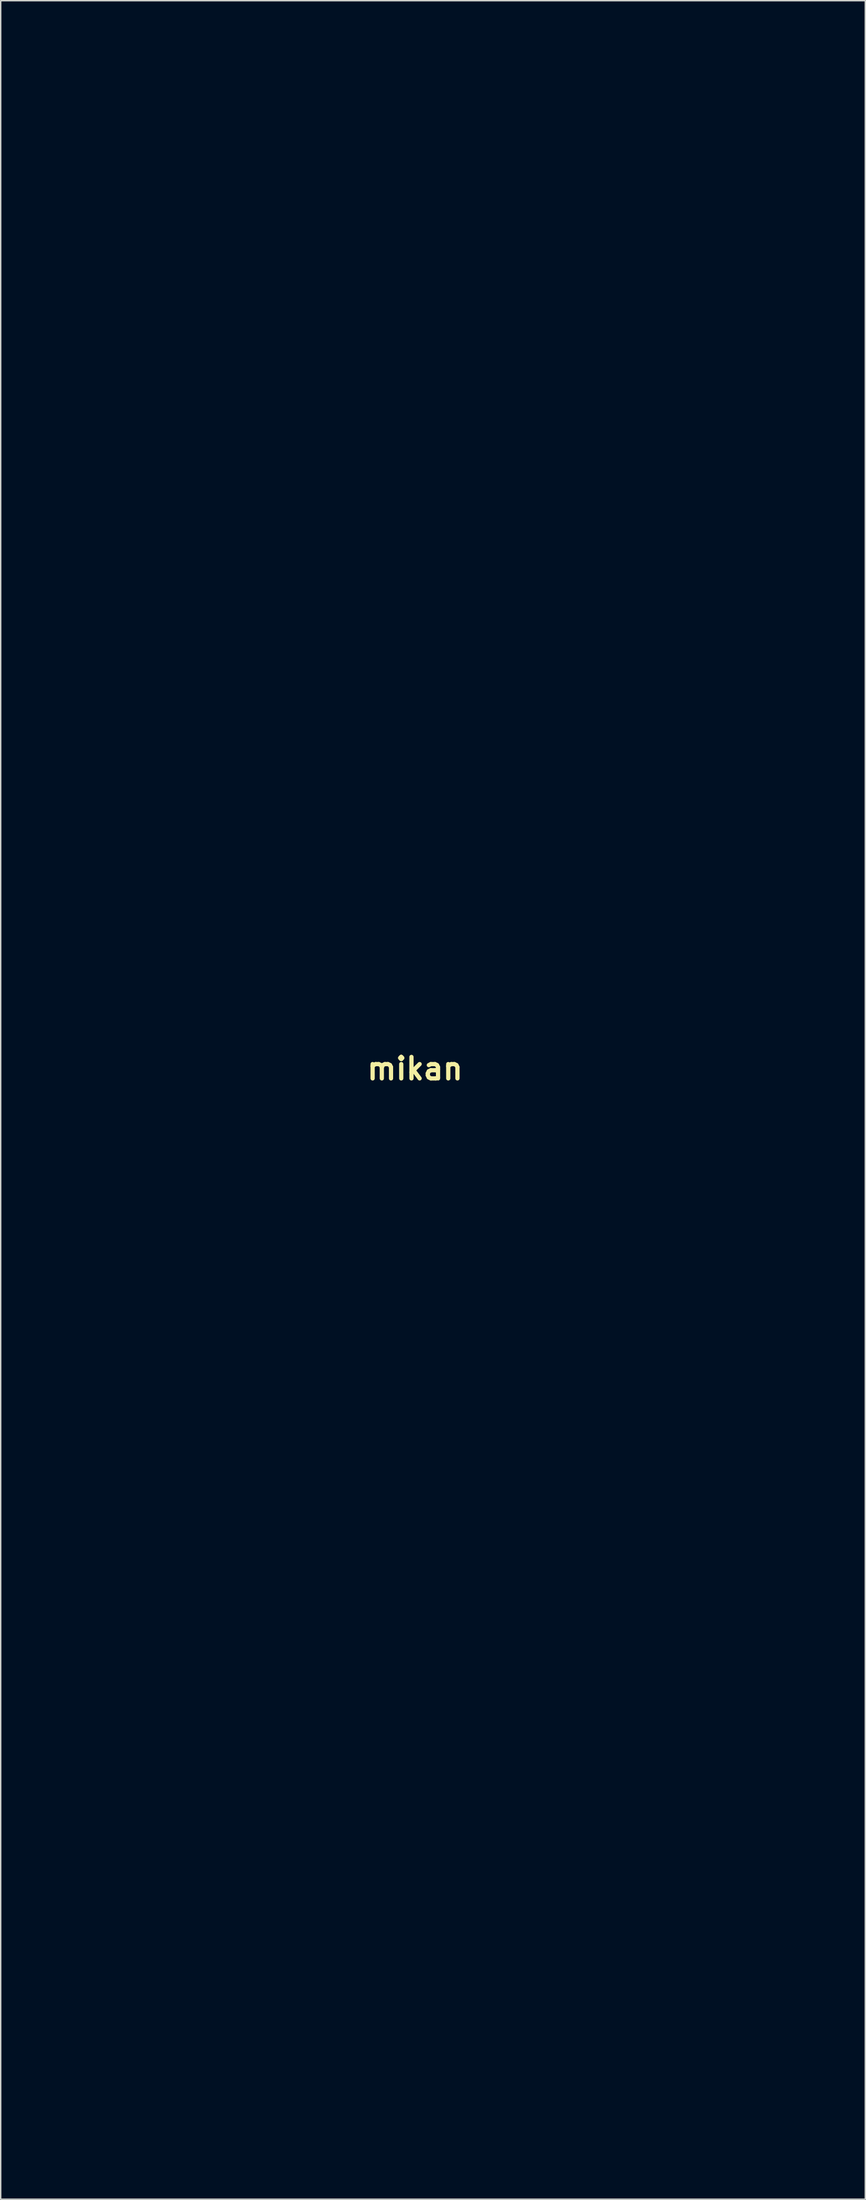
<source format=kicad_pcb>
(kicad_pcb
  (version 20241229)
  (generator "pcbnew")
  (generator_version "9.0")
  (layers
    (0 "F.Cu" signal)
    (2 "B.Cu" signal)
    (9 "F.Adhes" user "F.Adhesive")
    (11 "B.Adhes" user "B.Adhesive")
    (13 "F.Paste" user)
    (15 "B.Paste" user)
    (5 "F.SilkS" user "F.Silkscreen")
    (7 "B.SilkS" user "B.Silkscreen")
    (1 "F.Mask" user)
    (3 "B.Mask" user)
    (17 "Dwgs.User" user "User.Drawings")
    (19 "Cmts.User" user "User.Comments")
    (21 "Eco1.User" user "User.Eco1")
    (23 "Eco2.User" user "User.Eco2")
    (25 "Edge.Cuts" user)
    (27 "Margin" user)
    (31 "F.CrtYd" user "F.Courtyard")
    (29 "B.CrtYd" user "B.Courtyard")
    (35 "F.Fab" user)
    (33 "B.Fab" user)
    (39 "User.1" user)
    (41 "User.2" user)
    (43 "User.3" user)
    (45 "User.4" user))
  (footprint "mikan"
    (layer "F.Cu")
    (at 26.421 72.782)
    (property "Reference" "mikan" (at 0 0 0) (layer "F.SilkS") (effects (font (size 1.524 1.524) (thickness 0.3))))
    (attr through_hole)
    (fp_poly (pts (xy 28.956 77.089) (xy 28.829 77.216) (xy 28.702 77.089) (xy 28.829 76.962) (xy 28.956 77.089)) (stroke (width 0.01) (type solid)) (fill yes) (layer "F.Mask"))
    (fp_poly (pts (xy 2.455 17.103) (xy 2.486 17.404) (xy 2.455 17.441) (xy 2.304 17.406) (xy 2.286 17.272) (xy 2.379 17.063) (xy 2.455 17.103)) (stroke (width 0.01) (type solid)) (fill yes) (layer "F.Mask"))
    (fp_poly (pts (xy 12.088 -53.783) (xy 12.02 -53.553) (xy 11.817 -53.345) (xy 11.498 -53.181) (xy 11.43 -53.294) (xy 11.589 -53.627) (xy 11.904 -53.822) (xy 12.088 -53.783)) (stroke (width 0.01) (type solid)) (fill yes) (layer "F.Mask"))
    (fp_poly (pts (xy -2.061 7.826) (xy -2.032 8.001) (xy -2.169 8.339) (xy -2.286 8.382) (xy -2.511 8.176) (xy -2.54 8.001) (xy -2.403 7.663) (xy -2.286 7.62) (xy -2.061 7.826)) (stroke (width 0.01) (type solid)) (fill yes) (layer "F.Mask"))
    (fp_poly (pts (xy -1.527 -52.889) (xy -1.524 -52.832) (xy -1.719 -52.588) (xy -1.793 -52.578) (xy -1.945 -52.734) (xy -1.905 -52.832) (xy -1.677 -53.074) (xy -1.636 -53.086) (xy -1.527 -52.889)) (stroke (width 0.01) (type solid)) (fill yes) (layer "F.Mask"))
    (fp_poly (pts (xy 0.523 -57.511) (xy 0.645 -57.387) (xy 0.747 -57.07) (xy 0.51 -57.074) (xy 0.142 -57.298) (xy -0.171 -57.565) (xy -0.067 -57.654) (xy 0.063 -57.658) (xy 0.523 -57.511)) (stroke (width 0.01) (type solid)) (fill yes) (layer "F.Mask"))
    (fp_poly (pts (xy 9.792 -53.949) (xy 9.652 -53.721) (xy 9.27 -53.401) (xy 9.082 -53.34) (xy 9.004 -53.493) (xy 9.144 -53.721) (xy 9.526 -54.041) (xy 9.714 -54.102) (xy 9.792 -53.949)) (stroke (width 0.01) (type solid)) (fill yes) (layer "F.Mask"))
    (fp_poly (pts (xy 10.845 -54.01) (xy 10.832 -53.741) (xy 10.661 -53.584) (xy 10.182 -53.359) (xy 9.998 -53.418) (xy 10.187 -53.729) (xy 10.227 -53.769) (xy 10.622 -54.03) (xy 10.845 -54.01)) (stroke (width 0.01) (type solid)) (fill yes) (layer "F.Mask"))
    (fp_poly (pts (xy -24.941 31.187) (xy -25.319 31.453) (xy -25.373 31.482) (xy -25.869 31.596) (xy -26.113 31.427) (xy -26.175 31.193) (xy -25.808 31.078) (xy -25.632 31.062) (xy -25.043 31.061) (xy -24.941 31.187)) (stroke (width 0.01) (type solid)) (fill yes) (layer "F.Mask"))
    (fp_poly (pts (xy -2.108 6.317) (xy -2.032 6.731) (xy -2.179 7.225) (xy -2.504 7.361) (xy -2.834 7.092) (xy -2.895 6.962) (xy -2.93 6.407) (xy -2.58 6.116) (xy -2.398 6.096) (xy -2.108 6.317)) (stroke (width 0.01) (type solid)) (fill yes) (layer "F.Mask"))
    (fp_poly (pts (xy 2.914 -51.215) (xy 3.004 -50.89) (xy 3 -50.866) (xy 2.73 -50.465) (xy 2.278 -50.32) (xy 1.956 -50.453) (xy 1.766 -50.881) (xy 2.001 -51.211) (xy 2.432 -51.308) (xy 2.914 -51.215)) (stroke (width 0.01) (type solid)) (fill yes) (layer "F.Mask"))
    (fp_poly (pts (xy 6.939 -57.837) (xy 6.92 -57.688) (xy 6.525 -57.437) (xy 6.255 -57.313) (xy 5.558 -57.026) (xy 5.209 -56.915) (xy 5.09 -56.951) (xy 5.08 -57.016) (xy 5.29 -57.233) (xy 5.787 -57.503) (xy 6.368 -57.737) (xy 6.833 -57.847) (xy 6.939 -57.837)) (stroke (width 0.01) (type solid)) (fill yes) (layer "F.Mask"))
    (fp_poly (pts (xy -2.76 -52.71) (xy -2.698 -52.463) (xy -2.708 -52.435) (xy -2.962 -52.116) (xy -3.223 -52.124) (xy -3.302 -52.355) (xy -3.445 -52.469) (xy -3.724 -52.292) (xy -4.031 -52.075) (xy -4.054 -52.216) (xy -4.022 -52.32) (xy -3.701 -52.621) (xy -3.233 -52.748) (xy -2.76 -52.71)) (stroke (width 0.01) (type solid)) (fill yes) (layer "F.Mask"))
    (fp_poly (pts (xy -23.936 31.387) (xy -24.205 31.856) (xy -24.817 32.598) (xy -25.398 32.855) (xy -25.988 32.642) (xy -25.992 32.639) (xy -26.378 32.231) (xy -26.292 31.973) (xy -25.761 31.935) (xy -25.712 31.941) (xy -24.947 31.843) (xy -24.529 31.516) (xy -24.051 31.068) (xy -23.843 31.036) (xy -23.936 31.387)) (stroke (width 0.01) (type solid)) (fill yes) (layer "F.Mask"))
    (fp_poly (pts (xy -4.84 13.079) (xy -5.047 13.452) (xy -5.225 13.644) (xy -5.506 14.256) (xy -5.475 14.642) (xy -5.479 15.109) (xy -5.693 15.241) (xy -5.959 14.967) (xy -5.995 14.882) (xy -5.98 14.443) (xy -5.77 13.846) (xy -5.461 13.289) (xy -5.149 12.973) (xy -5.073 12.954) (xy -4.84 13.079)) (stroke (width 0.01) (type solid)) (fill yes) (layer "F.Mask"))
    (fp_poly (pts (xy 9.04 -18.437) (xy 9.328 -18.069) (xy 9.289 -17.356) (xy 9.27 -17.266) (xy 9.046 -16.67) (xy 8.76 -16.521) (xy 8.523 -16.741) (xy 8.48 -17.153) (xy 8.541 -17.391) (xy 8.509 -17.776) (xy 8.161 -17.952) (xy 7.692 -18.17) (xy 7.692 -18.393) (xy 8.127 -18.531) (xy 8.367 -18.542) (xy 9.04 -18.437)) (stroke (width 0.01) (type solid)) (fill yes) (layer "F.Mask"))
    (fp_poly (pts (xy -26.29 -6.435) (xy -25.945 -6.031) (xy -25.426 -5.32) (xy -24.783 -4.366) (xy -24.504 -3.935) (xy -23.696 -2.647) (xy -23.129 -1.695) (xy -22.809 -1.096) (xy -22.744 -0.865) (xy -22.939 -1.018) (xy -23.4 -1.573) (xy -23.796 -2.089) (xy -24.722 -3.373) (xy -25.49 -4.542) (xy -26.054 -5.518) (xy -26.368 -6.223) (xy -26.416 -6.469) (xy -26.29 -6.435)) (stroke (width 0.01) (type solid)) (fill yes) (layer "F.Mask"))
    (fp_poly (pts (xy 14.248 -26.265) (xy 14.359 -26.15) (xy 14.646 -26.038) (xy 14.888 -26.186) (xy 15.286 -26.364) (xy 15.456 -26.2) (xy 15.296 -25.851) (xy 14.913 -25.507) (xy 14.389 -25.157) (xy 13.875 -24.885) (xy 13.527 -24.778) (xy 13.462 -24.827) (xy 13.622 -25.18) (xy 13.756 -25.338) (xy 13.912 -25.691) (xy 13.725 -26.024) (xy 13.535 -26.331) (xy 13.743 -26.415) (xy 13.797 -26.416) (xy 14.248 -26.265)) (stroke (width 0.01) (type solid)) (fill yes) (layer "F.Mask"))
    (fp_poly (pts (xy 0.454 5.715) (xy 0.639 6.151) (xy 0.769 6.918) (xy 0.834 7.84) (xy 0.828 8.744) (xy 0.743 9.453) (xy 0.634 9.737) (xy 0.292 10.11) (xy 0.023 10.085) (xy -0.085 9.991) (xy -0.261 9.57) (xy -0.221 9.058) (xy -0.006 8.692) (xy 0.152 8.636) (xy 0.368 8.567) (xy 0.461 8.289) (xy 0.445 7.691) (xy 0.38 7.048) (xy 0.309 6.139) (xy 0.35 5.714) (xy 0.454 5.715)) (stroke (width 0.01) (type solid)) (fill yes) (layer "F.Mask"))
    (fp_poly (pts (xy 6.548 -17.31) (xy 6.65 -16.954) (xy 6.887 -16.486) (xy 7.296 -16.381) (xy 7.705 -16.631) (xy 7.901 -17.018) (xy 8.011 -17.321) (xy 8.072 -17.197) (xy 8.102 -16.605) (xy 8.103 -16.573) (xy 8.096 -15.897) (xy 7.962 -15.586) (xy 7.592 -15.498) (xy 7.281 -15.494) (xy 6.654 -15.54) (xy 6.277 -15.653) (xy 6.265 -15.663) (xy 6.136 -16.017) (xy 6.099 -16.581) (xy 6.145 -17.144) (xy 6.269 -17.493) (xy 6.332 -17.526) (xy 6.548 -17.31)) (stroke (width 0.01) (type solid)) (fill yes) (layer "F.Mask"))
    (fp_poly (pts (xy 20.13 64.308) (xy 20.458 64.403) (xy 20.619 64.653) (xy 20.659 65.191) (xy 20.641 65.769) (xy 20.552 66.693) (xy 20.396 67.27) (xy 20.203 67.456) (xy 20.002 67.202) (xy 19.913 66.917) (xy 19.776 66.429) (xy 19.67 66.406) (xy 19.513 66.79) (xy 19.292 67.217) (xy 19.15 67.224) (xy 19.125 66.896) (xy 19.257 66.32) (xy 19.275 66.269) (xy 19.477 65.504) (xy 19.558 64.841) (xy 19.652 64.387) (xy 20.023 64.295) (xy 20.13 64.308)) (stroke (width 0.01) (type solid)) (fill yes) (layer "F.Mask"))
    (fp_poly (pts (xy 21.605 -32.391) (xy 21.409 -31.932) (xy 20.934 -31.123) (xy 20.831 -30.962) (xy 19.642 -28.786) (xy 18.875 -26.617) (xy 18.664 -25.581) (xy 18.513 -24.882) (xy 18.332 -24.451) (xy 18.242 -24.384) (xy 18.1 -24.58) (xy 18.133 -24.828) (xy 18.25 -25.366) (xy 18.366 -26.125) (xy 18.386 -26.289) (xy 18.638 -27.37) (xy 19.128 -28.673) (xy 19.779 -30.023) (xy 20.514 -31.244) (xy 20.634 -31.415) (xy 21.207 -32.157) (xy 21.534 -32.474) (xy 21.605 -32.391)) (stroke (width 0.01) (type solid)) (fill yes) (layer "F.Mask"))
    (fp_poly (pts (xy 22.933 -28.917) (xy 22.938 -28.084) (xy 22.814 -26.985) (xy 22.584 -25.726) (xy 22.272 -24.413) (xy 21.899 -23.15) (xy 21.49 -22.043) (xy 21.067 -21.199) (xy 20.949 -21.023) (xy 20.527 -20.447) (xy 20.716 -21.082) (xy 20.878 -21.783) (xy 20.939 -22.225) (xy 21.03 -22.735) (xy 21.233 -23.532) (xy 21.437 -24.23) (xy 21.765 -25.791) (xy 21.783 -26.961) (xy 21.755 -27.671) (xy 21.813 -28.116) (xy 21.881 -28.194) (xy 22.043 -27.976) (xy 22.098 -27.544) (xy 22.179 -27.112) (xy 22.352 -27.051) (xy 22.504 -27.379) (xy 22.595 -28.026) (xy 22.606 -28.378) (xy 22.638 -29.028) (xy 22.719 -29.369) (xy 22.775 -29.379) (xy 22.933 -28.917)) (stroke (width 0.01) (type solid)) (fill yes) (layer "F.Mask"))
    (fp_poly (pts (xy -4.859 64.869) (xy -4.775 65.151) (xy -4.705 65.963) (xy -4.925 67.016) (xy -4.999 67.246) (xy -5.341 68.133) (xy -5.627 68.531) (xy -5.873 68.456) (xy -6.004 68.2) (xy -6.243 67.943) (xy -6.377 67.961) (xy -6.555 68.019) (xy -6.563 67.834) (xy -6.544 67.784) (xy -5.816 67.784) (xy -5.801 68.114) (xy -5.772 68.24) (xy -5.7 68.097) (xy -5.559 67.62) (xy -5.323 66.742) (xy -5.203 66.294) (xy -5.112 65.909) (xy -5.18 65.941) (xy -5.438 66.387) (xy -5.722 67.12) (xy -5.816 67.784) (xy -6.544 67.784) (xy -6.382 67.344) (xy -5.993 66.488) (xy -5.798 66.076) (xy -5.383 65.22) (xy -5.127 64.769) (xy -4.972 64.67) (xy -4.859 64.869)) (stroke (width 0.01) (type solid)) (fill yes) (layer "F.Mask"))
    (fp_poly (pts (xy 10.248 -49.051) (xy 9.759 -47.858) (xy 8.926 -46.659) (xy 7.882 -45.619) (xy 6.938 -44.988) (xy 6.252 -44.8) (xy 5.231 -44.709) (xy 4.036 -44.708) (xy 2.83 -44.791) (xy 1.774 -44.953) (xy 1.032 -45.188) (xy 1.014 -45.198) (xy 0.489 -45.567) (xy 0.379 -45.665) (xy 1.676 -45.665) (xy 2.299 -45.321) (xy 3.119 -45.066) (xy 4.219 -44.981) (xy 5.398 -45.064) (xy 6.457 -45.313) (xy 6.584 -45.361) (xy 7.285 -45.754) (xy 7.909 -46.287) (xy 8.31 -46.82) (xy 8.382 -47.073) (xy 8.165 -47.123) (xy 7.704 -47.1) (xy 7.111 -47.039) (xy 6.207 -46.95) (xy 5.188 -46.853) (xy 5.185 -46.853) (xy 3.894 -46.656) (xy 2.865 -46.348) (xy 2.51 -46.173) (xy 1.676 -45.665) (xy 0.379 -45.665) (xy -0.17 -46.155) (xy -0.857 -46.849) (xy -1.469 -47.538) (xy -1.873 -48.075) (xy -0.485 -48.075) (xy -0.37 -47.961) (xy -0.127 -47.847) (xy 0.603 -47.666) (xy 1.695 -47.55) (xy 3.01 -47.5) (xy 4.407 -47.512) (xy 5.744 -47.586) (xy 6.882 -47.722) (xy 7.678 -47.916) (xy 8.426 -48.247) (xy 9.007 -48.579) (xy 9.135 -48.678) (xy 9.132 -48.864) (xy 8.686 -48.98) (xy 7.859 -49.028) (xy 6.711 -49.009) (xy 5.302 -48.922) (xy 3.695 -48.77) (xy 2.286 -48.598) (xy 0.988 -48.42) (xy 0.134 -48.286) (xy -0.337 -48.177) (xy -0.485 -48.075) (xy -1.873 -48.075) (xy -1.899 -48.11) (xy -2.044 -48.438) (xy -1.819 -48.59) (xy -1.336 -48.667) (xy -0.836 -48.707) (xy 0.056 -48.793) (xy 1.229 -48.913) (xy 2.569 -49.055) (xy 3.048 -49.108) (xy 4.552 -49.266) (xy 6.055 -49.411) (xy 7.399 -49.529) (xy 8.425 -49.606) (xy 8.569 -49.614) (xy 10.407 -49.716) (xy 10.248 -49.051)) (stroke (width 0.01) (type solid)) (fill yes) (layer "F.Mask"))
    (fp_poly (pts (xy 5.687 -72.772) (xy 6.112 -72.597) (xy 6.339 -72.441) (xy 6.82 -72.146) (xy 7.251 -72.118) (xy 7.874 -72.334) (xy 8.91 -72.567) (xy 10.193 -72.581) (xy 11.518 -72.39) (xy 12.681 -72.012) (xy 12.834 -71.938) (xy 14.302 -70.983) (xy 15.761 -69.672) (xy 17.036 -68.175) (xy 17.544 -67.468) (xy 17.903 -66.93) (xy 18.034 -66.685) (xy 18.136 -66.397) (xy 18.398 -65.802) (xy 18.651 -65.266) (xy 19.038 -64.379) (xy 19.34 -63.535) (xy 19.436 -63.172) (xy 19.924 -61.205) (xy 20.566 -59.2) (xy 21.309 -57.298) (xy 22.097 -55.642) (xy 22.75 -54.551) (xy 23.189 -53.856) (xy 23.45 -53.331) (xy 23.48 -53.113) (xy 23.225 -53.152) (xy 23.03 -53.34) (xy 22.573 -53.643) (xy 21.971 -53.801) (xy 21.182 -53.999) (xy 20.599 -54.277) (xy 19.989 -54.672) (xy 20.154 -53.265) (xy 20.323 -52.343) (xy 20.621 -51.172) (xy 20.99 -49.976) (xy 21.071 -49.741) (xy 21.755 -47.938) (xy 22.43 -46.469) (xy 23.186 -45.173) (xy 24.116 -43.886) (xy 24.957 -42.862) (xy 26.198 -41.4) (xy 25.307 -41.515) (xy 24.493 -41.705) (xy 23.589 -42.034) (xy 23.384 -42.127) (xy 22.686 -42.414) (xy 22.384 -42.419) (xy 22.495 -42.154) (xy 22.86 -41.783) (xy 23.206 -41.391) (xy 23.364 -41.074) (xy 23.302 -40.953) (xy 23.034 -41.109) (xy 22.561 -41.26) (xy 21.847 -41.246) (xy 21.779 -41.236) (xy 20.287 -41.214) (xy 18.956 -41.635) (xy 18.262 -42.098) (xy 17.46 -42.773) (xy 17.652 -42.151) (xy 17.907 -41.603) (xy 18.359 -40.852) (xy 18.732 -40.311) (xy 19.188 -39.65) (xy 19.472 -39.173) (xy 19.525 -39.003) (xy 19.243 -38.99) (xy 18.619 -39.051) (xy 18.082 -39.129) (xy 16.521 -39.624) (xy 15.457 -40.261) (xy 14.768 -40.744) (xy 14.407 -40.945) (xy 14.297 -40.887) (xy 14.359 -40.594) (xy 14.36 -40.592) (xy 14.61 -39.989) (xy 14.799 -39.681) (xy 14.967 -39.318) (xy 14.696 -39.202) (xy 13.992 -39.333) (xy 13.519 -39.478) (xy 12.62 -39.882) (xy 11.804 -40.418) (xy 11.55 -40.647) (xy 10.919 -41.228) (xy 10.544 -41.38) (xy 10.416 -41.107) (xy 10.416 -41.084) (xy 10.618 -40.755) (xy 11.11 -40.374) (xy 11.178 -40.334) (xy 11.695 -39.914) (xy 11.936 -39.472) (xy 11.938 -39.435) (xy 12.126 -38.978) (xy 12.608 -38.356) (xy 13.256 -37.691) (xy 13.946 -37.105) (xy 14.552 -36.722) (xy 14.806 -36.641) (xy 15.284 -36.603) (xy 16.137 -36.548) (xy 17.234 -36.486) (xy 18.161 -36.437) (xy 19.41 -36.355) (xy 20.567 -36.247) (xy 21.478 -36.129) (xy 21.892 -36.049) (xy 22.766 -35.672) (xy 23.8 -35.007) (xy 24.844 -34.168) (xy 25.746 -33.268) (xy 26.024 -32.93) (xy 26.469 -32.273) (xy 26.788 -31.583) (xy 27.003 -30.761) (xy 27.13 -29.708) (xy 27.191 -28.326) (xy 27.205 -26.924) (xy 27.222 -25.398) (xy 27.273 -24.3) (xy 27.366 -23.547) (xy 27.509 -23.06) (xy 27.594 -22.904) (xy 27.86 -22.09) (xy 27.817 -21.357) (xy 27.795 -20.465) (xy 28.117 -19.622) (xy 28.185 -19.504) (xy 28.519 -18.811) (xy 28.554 -18.264) (xy 28.454 -17.923) (xy 28.258 -17.013) (xy 28.205 -15.838) (xy 28.293 -14.621) (xy 28.481 -13.705) (xy 28.658 -12.635) (xy 28.486 -11.842) (xy 27.98 -11.381) (xy 27.815 -11.326) (xy 27.481 -11.206) (xy 27.28 -10.99) (xy 27.208 -10.597) (xy 27.263 -9.944) (xy 27.442 -8.947) (xy 27.68 -7.806) (xy 28.029 -5.752) (xy 28.211 -3.703) (xy 28.217 -1.824) (xy 28.082 -0.508) (xy 27.828 0.457) (xy 27.423 1.448) (xy 26.941 2.328) (xy 26.454 2.958) (xy 26.124 3.187) (xy 25.267 3.196) (xy 24.268 2.736) (xy 23.142 1.821) (xy 21.904 0.467) (xy 20.567 -1.312) (xy 19.146 -3.502) (xy 18.271 -4.985) (xy 16.656 -7.811) (xy 16.116 -6.128) (xy 15.718 -4.978) (xy 15.228 -3.675) (xy 14.819 -2.667) (xy 14.427 -1.685) (xy 14.237 -1.004) (xy 14.22 -0.47) (xy 14.313 -0.043) (xy 14.431 0.719) (xy 14.22 1.379) (xy 14.153 1.497) (xy 13.982 1.872) (xy 13.921 2.299) (xy 13.99 2.841) (xy 14.209 3.563) (xy 14.6 4.532) (xy 15.182 5.812) (xy 15.975 7.467) (xy 16.111 7.747) (xy 16.983 9.559) (xy 17.676 11.057) (xy 18.248 12.372) (xy 18.758 13.64) (xy 19.109 14.566) (xy 19.333 15.062) (xy 19.649 15.477) (xy 20.139 15.871) (xy 20.882 16.298) (xy 21.961 16.815) (xy 22.959 17.262) (xy 24.709 18.034) (xy 24.567 19.368) (xy 24.387 20.455) (xy 24.083 21.693) (xy 23.697 22.948) (xy 23.276 24.091) (xy 22.861 24.989) (xy 22.517 25.493) (xy 21.962 26.035) (xy 22.816 27.94) (xy 23.21 28.797) (xy 23.772 29.995) (xy 24.447 31.416) (xy 25.18 32.945) (xy 25.805 34.238) (xy 27.939 38.63) (xy 27.413 39.342) (xy 26.9 40.428) (xy 26.745 41.715) (xy 26.968 43.023) (xy 26.978 43.053) (xy 27.165 43.701) (xy 27.165 44.211) (xy 26.953 44.81) (xy 26.741 45.256) (xy 26.254 46.023) (xy 25.604 46.581) (xy 24.675 46.999) (xy 23.354 47.347) (xy 23.305 47.358) (xy 22.798 47.559) (xy 22.606 47.804) (xy 22.445 48.184) (xy 22.06 48.682) (xy 21.514 49.263) (xy 22.064 53.651) (xy 22.288 55.458) (xy 22.447 56.822) (xy 22.543 57.807) (xy 22.579 58.472) (xy 22.555 58.881) (xy 22.474 59.094) (xy 22.337 59.173) (xy 22.225 59.182) (xy 21.887 59.079) (xy 21.844 58.992) (xy 21.818 58.602) (xy 21.745 57.818) (xy 21.638 56.752) (xy 21.508 55.515) (xy 21.369 54.216) (xy 21.231 52.969) (xy 21.106 51.882) (xy 21.008 51.068) (xy 20.946 50.638) (xy 20.944 50.624) (xy 20.826 50.068) (xy 19.641 50.591) (xy 18.782 50.904) (xy 17.954 51.013) (xy 16.907 50.957) (xy 15.916 50.896) (xy 15.256 50.974) (xy 14.769 51.209) (xy 14.248 51.465) (xy 13.898 51.337) (xy 13.478 51.067) (xy 13.259 51.211) (xy 13.283 51.567) (xy 13.177 52.041) (xy 12.705 52.454) (xy 12.007 52.728) (xy 11.225 52.783) (xy 11.142 52.773) (xy 10.679 52.731) (xy 10.47 52.847) (xy 10.49 53.222) (xy 10.713 53.954) (xy 10.781 54.157) (xy 11.011 54.876) (xy 11.326 55.913) (xy 11.701 57.18) (xy 12.113 58.593) (xy 12.536 60.064) (xy 12.945 61.508) (xy 13.317 62.839) (xy 13.627 63.971) (xy 13.85 64.817) (xy 13.962 65.292) (xy 13.97 65.353) (xy 14.102 65.717) (xy 14.446 66.355) (xy 14.884 67.059) (xy 15.508 68.111) (xy 16.115 69.304) (xy 16.412 69.98) (xy 16.883 70.984) (xy 17.397 71.655) (xy 18.008 72.12) (xy 18.725 72.667) (xy 19.305 73.284) (xy 19.415 73.447) (xy 19.865 73.98) (xy 20.487 74.162) (xy 20.703 74.168) (xy 21.509 74.106) (xy 22.153 73.869) (xy 22.72 73.386) (xy 23.296 72.581) (xy 23.965 71.381) (xy 24.017 71.281) (xy 25.221 68.961) (xy 24.647 67.707) (xy 24.293 66.892) (xy 23.933 66.003) (xy 23.623 65.184) (xy 23.419 64.58) (xy 23.368 64.357) (xy 23.561 64.263) (xy 23.594 64.262) (xy 23.785 64.483) (xy 24.071 65.063) (xy 24.391 65.878) (xy 24.397 65.896) (xy 24.777 66.85) (xy 25.123 67.405) (xy 25.498 67.659) (xy 25.561 67.677) (xy 26.366 68.104) (xy 26.953 68.832) (xy 27.178 69.675) (xy 27.281 70.252) (xy 27.556 71.122) (xy 27.948 72.12) (xy 28.067 72.39) (xy 28.505 73.421) (xy 28.81 74.261) (xy 28.968 74.849) (xy 28.965 75.124) (xy 28.787 75.024) (xy 28.616 74.796) (xy 28.28 74.191) (xy 27.874 73.306) (xy 27.454 72.284) (xy 27.077 71.27) (xy 26.797 70.407) (xy 26.672 69.839) (xy 26.67 69.791) (xy 26.55 69.191) (xy 26.369 68.889) (xy 26.155 68.837) (xy 25.855 69.092) (xy 25.417 69.709) (xy 24.995 70.398) (xy 24.16 71.949) (xy 23.647 73.291) (xy 23.413 74.567) (xy 23.406 75.791) (xy 23.495 77.217) (xy 22.331 77.216) (xy 21.814 77.194) (xy 21.393 77.083) (xy 20.999 76.817) (xy 20.565 76.331) (xy 20.022 75.558) (xy 19.302 74.434) (xy 19.084 74.086) (xy 18.625 73.534) (xy 17.97 72.95) (xy 17.251 72.429) (xy 16.604 72.069) (xy 16.163 71.964) (xy 16.131 71.973) (xy 15.82 72.194) (xy 15.807 72.57) (xy 16.108 73.193) (xy 16.363 73.602) (xy 16.739 74.284) (xy 17.087 75.088) (xy 17.369 75.896) (xy 17.55 76.587) (xy 17.59 77.045) (xy 17.474 77.156) (xy 17.239 76.879) (xy 16.937 76.267) (xy 16.719 75.693) (xy 16.361 74.817) (xy 15.952 74.066) (xy 15.724 73.762) (xy 15.427 73.389) (xy 15.315 72.999) (xy 15.366 72.413) (xy 15.481 71.819) (xy 15.635 70.668) (xy 15.537 69.843) (xy 15.506 69.756) (xy 15.332 69.201) (xy 15.294 68.889) (xy 15.21 68.585) (xy 14.942 67.976) (xy 14.61 67.31) (xy 14.272 66.564) (xy 13.837 65.46) (xy 13.353 64.124) (xy 12.868 62.684) (xy 12.682 62.103) (xy 12.08 60.245) (xy 11.451 58.407) (xy 10.827 56.67) (xy 10.236 55.117) (xy 9.711 53.828) (xy 9.282 52.885) (xy 9.051 52.467) (xy 8.464 51.991) (xy 7.524 51.706) (xy 6.36 51.639) (xy 5.618 51.714) (xy 4.967 51.782) (xy 4.624 51.652) (xy 4.404 51.24) (xy 4.368 51.145) (xy 4.104 50.419) (xy 4.084 51.117) (xy 3.974 51.579) (xy 3.632 51.797) (xy 2.987 51.781) (xy 1.968 51.541) (xy 1.64 51.444) (xy 0.924 51.246) (xy 0.444 51.144) (xy 0.333 51.144) (xy 0.296 51.408) (xy 0.236 52.1) (xy 0.158 53.144) (xy 0.069 54.461) (xy -0.027 55.972) (xy -0.041 56.198) (xy -0.184 59.289) (xy -0.205 61.94) (xy -0.1 64.208) (xy 0.137 66.146) (xy 0.509 67.812) (xy 1.021 69.258) (xy 1.057 69.342) (xy 1.468 70.234) (xy 1.822 70.925) (xy 2.057 71.3) (xy 2.095 71.333) (xy 2.701 71.854) (xy 3.018 72.704) (xy 3.048 73.107) (xy 3.142 73.892) (xy 3.381 74.859) (xy 3.556 75.377) (xy 3.897 76.329) (xy 4.041 76.898) (xy 3.999 77.166) (xy 3.857 77.216) (xy 3.664 76.991) (xy 3.396 76.407) (xy 3.099 75.597) (xy 2.818 74.696) (xy 2.598 73.836) (xy 2.485 73.153) (xy 2.485 73.152) (xy 2.338 72.53) (xy 1.982 72.226) (xy 1.357 72.231) (xy 0.401 72.537) (xy -0.154 72.771) (xy -1.889 73.768) (xy -3.259 75.088) (xy -3.983 76.136) (xy -4.62 77.216) (xy -7.874 77.216) (xy -7.874 76.835) (xy -7.366 76.835) (xy -7.239 76.962) (xy -7.112 76.835) (xy -7.239 76.708) (xy -7.366 76.835) (xy -7.874 76.835) (xy -7.874 75.997) (xy -7.824 75.224) (xy -7.696 74.659) (xy -7.616 74.52) (xy -7.477 74.077) (xy -7.49 73.266) (xy -7.635 72.198) (xy -7.892 70.982) (xy -8.239 69.728) (xy -8.656 68.545) (xy -8.801 68.199) (xy -9.245 67.149) (xy -9.632 66.164) (xy -9.893 65.418) (xy -9.934 65.278) (xy -10.136 64.411) (xy -10.383 63.163) (xy -10.663 61.62) (xy -10.961 59.87) (xy -11.266 58.001) (xy -11.562 56.098) (xy -11.836 54.25) (xy -12.075 52.543) (xy -12.265 51.065) (xy -12.393 49.904) (xy -12.445 49.156) (xy -11.873 49.156) (xy -11.826 49.923) (xy -11.708 51.097) (xy -11.524 52.632) (xy -11.281 54.478) (xy -10.984 56.591) (xy -10.639 58.922) (xy -10.394 60.522) (xy -10.092 62.383) (xy -9.827 63.825) (xy -9.576 64.935) (xy -9.321 65.802) (xy -9.039 66.511) (xy -8.927 66.745) (xy -8.351 67.97) (xy -7.898 69.126) (xy -7.537 70.331) (xy -7.237 71.7) (xy -6.969 73.352) (xy -6.723 75.231) (xy -6.547 76.072) (xy -6.263 76.474) (xy -6.146 76.52) (xy -5.65 76.488) (xy -5.045 76.281) (xy -4.533 75.991) (xy -4.318 75.706) (xy -4.128 75.287) (xy -3.626 74.667) (xy -2.914 73.941) (xy -2.092 73.203) (xy -1.262 72.55) (xy -0.526 72.074) (xy -0.318 71.97) (xy 0.401 71.639) (xy 0.885 71.389) (xy 1.016 71.295) (xy 0.94 71.031) (xy 0.739 70.41) (xy 0.453 69.555) (xy 0.387 69.359) (xy 0.037 68.152) (xy -0.241 66.767) (xy -0.452 65.145) (xy -0.602 63.228) (xy -0.696 60.958) (xy -0.739 58.276) (xy -0.742 56.398) (xy -0.739 54.496) (xy -0.746 53.039) (xy -0.768 51.962) (xy -0.808 51.202) (xy -0.871 50.695) (xy -0.962 50.377) (xy -1.086 50.185) (xy -1.188 50.096) (xy -1.907 49.871) (xy -2.92 50.022) (xy -3.365 50.174) (xy -3.677 50.206) (xy -3.798 49.897) (xy -3.81 49.557) (xy -3.891 48.942) (xy -4.082 48.801) (xy -4.302 49.14) (xy -4.407 49.53) (xy -4.591 50.023) (xy -4.838 50.296) (xy -5.034 50.264) (xy -5.08 50.038) (xy -5.301 49.86) (xy -5.834 49.784) (xy -5.85 49.784) (xy -6.511 49.669) (xy -7.375 49.373) (xy -7.929 49.121) (xy -8.888 48.706) (xy -9.716 48.551) (xy -10.466 48.576) (xy -11.213 48.674) (xy -11.727 48.788) (xy -11.843 48.842) (xy -11.873 49.156) (xy -12.445 49.156) (xy -12.445 49.145) (xy -12.446 49.091) (xy -12.59 48.369) (xy -13.107 47.856) (xy -13.145 47.832) (xy -13.687 47.453) (xy -14.458 46.868) (xy -15.297 46.198) (xy -15.358 46.148) (xy -16.149 45.517) (xy -16.709 45.156) (xy -17.19 45.002) (xy -17.744 44.992) (xy -18.101 45.022) (xy -18.832 45.079) (xy -19.174 45.026) (xy -19.242 44.8) (xy -19.178 44.454) (xy -19.156 44.005) (xy -19.345 43.533) (xy -19.808 42.911) (xy -20.193 42.472) (xy -20.857 41.788) (xy -21.458 41.264) (xy -21.851 41.019) (xy -22.083 40.911) (xy -22.153 40.712) (xy -22.041 40.323) (xy -21.725 39.64) (xy -21.458 39.107) (xy -20.889 37.87) (xy -20.724 37.338) (xy 1.27 37.338) (xy 1.27 38.862) (xy 9.906 38.862) (xy 9.906 37.338) (xy 1.27 37.338) (xy -20.724 37.338) (xy -20.617 36.994) (xy -20.633 36.434) (xy -20.828 36.195) (xy -21.031 35.945) (xy -21.035 35.516) (xy -20.82 34.836) (xy -20.368 33.834) (xy -20.003 33.104) (xy -19.357 31.933) (xy -18.857 31.233) (xy -18.491 30.99) (xy -18.479 30.989) (xy -18.168 30.859) (xy -18.044 30.395) (xy -18.034 30.081) (xy -17.881 29.285) (xy -17.42 28.104) (xy -16.648 26.531) (xy -16.637 26.509) (xy -16.091 25.454) (xy -15.645 24.564) (xy -15.346 23.934) (xy -15.24 23.662) (xy -15.437 23.421) (xy -15.917 23.079) (xy -15.986 23.037) (xy -16.733 22.596) (xy -17.486 23.68) (xy -18.144 24.534) (xy -18.89 25.378) (xy -19.134 25.622) (xy -19.704 26.13) (xy -20.115 26.331) (xy -20.557 26.287) (xy -20.847 26.193) (xy -21.602 25.962) (xy -21.947 25.962) (xy -21.933 26.213) (xy -21.746 26.534) (xy -21.389 27.393) (xy -21.406 28.188) (xy -21.758 28.804) (xy -22.403 29.125) (xy -22.659 29.146) (xy -23.122 29.116) (xy -23.173 28.929) (xy -22.942 28.542) (xy -22.693 28.03) (xy -22.789 27.653) (xy -22.864 27.555) (xy -23.255 27.338) (xy -23.611 27.54) (xy -23.839 28.078) (xy -23.876 28.479) (xy -23.992 29.058) (xy -24.251 29.21) (xy -24.493 29.084) (xy -24.51 28.634) (xy -24.469 28.384) (xy -24.277 27.636) (xy -24.053 27.051) (xy -23.9 26.705) (xy -24.046 26.756) (xy -24.218 26.893) (xy -24.535 27.366) (xy -24.773 28.081) (xy -24.8 28.227) (xy -24.957 28.824) (xy -25.16 29.182) (xy -25.333 29.219) (xy -25.404 28.892) (xy -25.486 28.755) (xy -25.644 28.949) (xy -25.928 29.178) (xy -26.065 29.138) (xy -26.047 28.843) (xy -25.748 28.388) (xy -25.744 28.383) (xy -24.99 27.421) (xy -24.59 26.657) (xy -24.568 26.138) (xy -24.615 26.063) (xy -24.682 25.76) (xy -23.949 25.76) (xy -23.634 26.033) (xy -23.495 26.122) (xy -22.661 26.814) (xy -22.253 27.578) (xy -22.304 28.342) (xy -22.368 28.48) (xy -22.566 28.885) (xy -22.488 28.907) (xy -22.267 28.734) (xy -21.917 28.226) (xy -21.844 27.885) (xy -21.97 27.318) (xy -22.275 26.654) (xy -22.28 26.646) (xy -22.555 26.122) (xy -22.552 25.801) (xy -22.276 25.469) (xy -21.856 25.177) (xy -21.426 25.287) (xy -21.335 25.341) (xy -20.526 25.653) (xy -19.765 25.508) (xy -18.991 24.889) (xy -18.72 24.575) (xy -17.982 23.594) (xy -17.482 22.787) (xy -17.275 22.242) (xy -17.272 22.198) (xy -17.396 22.282) (xy -17.715 22.695) (xy -18.02 23.14) (xy -18.865 24.303) (xy -19.591 25.009) (xy -20.259 25.276) (xy -20.931 25.123) (xy -21.667 24.566) (xy -21.702 24.532) (xy -20.513 24.532) (xy -20.478 24.702) (xy -20.192 24.628) (xy -19.708 24.285) (xy -19.14 23.785) (xy -18.607 23.239) (xy -18.224 22.76) (xy -18.107 22.459) (xy -18.122 22.433) (xy -18.368 22.515) (xy -18.874 22.867) (xy -19.514 23.401) (xy -20.209 24.08) (xy -20.513 24.532) (xy -21.702 24.532) (xy -21.947 24.285) (xy -22.038 24.199) (xy -21.336 24.199) (xy -21.163 24.146) (xy -20.702 23.815) (xy -20.043 23.273) (xy -19.806 23.067) (xy -19.134 22.437) (xy -18.687 21.939) (xy -18.535 21.657) (xy -18.561 21.626) (xy -18.857 21.748) (xy -19.376 22.135) (xy -20.001 22.68) (xy -20.613 23.272) (xy -21.096 23.802) (xy -21.329 24.16) (xy -21.336 24.199) (xy -22.038 24.199) (xy -22.397 23.858) (xy -22.551 23.839) (xy -22.517 23.979) (xy -22.557 24.501) (xy -22.905 25.074) (xy -23.417 25.516) (xy -23.857 25.655) (xy -23.949 25.76) (xy -24.682 25.76) (xy -24.706 25.656) (xy -24.415 25.303) (xy -23.863 25.146) (xy -23.84 25.146) (xy -23.304 24.932) (xy -23.05 24.396) (xy -23.056 24.13) (xy -22.976 23.586) (xy -22.878 23.384) (xy -22.606 23.155) (xy -22.268 23.332) (xy -22.002 23.447) (xy -21.701 23.283) (xy -21.269 22.772) (xy -21.117 22.564) (xy -20.498 22.564) (xy -20.324 22.493) (xy -19.929 22.087) (xy -19.644 21.737) (xy -19.713 21.673) (xy -19.87 21.726) (xy -20.308 22.059) (xy -20.419 22.245) (xy -20.498 22.564) (xy -21.117 22.564) (xy -21.066 22.495) (xy -20.518 21.823) (xy -20 21.337) (xy -19.749 21.189) (xy -19.425 20.989) (xy -19.359 20.576) (xy -19.364 20.545) (xy -18.79 20.545) (xy -18.7 20.723) (xy -18.541 20.831) (xy -18.136 21.079) (xy -17.461 21.504) (xy -16.764 21.949) (xy -16.012 22.398) (xy -15.415 22.694) (xy -15.117 22.77) (xy -14.926 22.521) (xy -14.581 21.895) (xy -14.129 20.983) (xy -13.615 19.873) (xy -13.53 19.682) (xy -13.027 18.529) (xy -12.704 17.755) (xy -11.848 17.755) (xy -11.826 19.022) (xy -11.674 20.51) (xy -11.411 22.088) (xy -11.054 23.628) (xy -10.624 24.998) (xy -10.543 25.207) (xy -10.221 25.888) (xy -9.743 26.747) (xy -9.17 27.688) (xy -8.568 28.615) (xy -7.998 29.432) (xy -7.525 30.044) (xy -7.211 30.354) (xy -7.137 30.369) (xy -6.915 30.041) (xy -6.744 29.554) (xy -6.538 28.911) (xy -6.168 27.931) (xy -5.684 26.727) (xy -5.133 25.408) (xy -4.561 24.085) (xy -4.017 22.87) (xy -3.547 21.874) (xy -3.2 21.206) (xy -3.126 21.087) (xy -2.758 20.465) (xy -2.554 19.996) (xy -2.54 19.911) (xy -2.757 19.627) (xy -3.28 19.323) (xy -3.919 19.082) (xy -4.485 18.99) (xy -4.584 18.999) (xy -4.95 18.928) (xy -5.686 18.686) (xy -6.693 18.311) (xy -7.876 17.835) (xy -8.243 17.681) (xy -6.776 17.681) (xy -6.38 17.94) (xy -5.785 18.181) (xy -5.197 18.336) (xy -4.822 18.339) (xy -4.796 18.321) (xy -4.776 18.282) (xy -4.263 18.282) (xy -2.227 19.364) (xy -1.311 19.878) (xy -0.579 20.338) (xy -0.141 20.672) (xy -0.068 20.765) (xy 0.197 21.059) (xy 0.296 21.082) (xy 0.358 21.014) (xy 1.724 21.014) (xy 1.731 21.309) (xy 1.833 21.737) (xy 2.05 22.346) (xy 2.403 23.185) (xy 2.91 24.302) (xy 3.592 25.746) (xy 4.469 27.564) (xy 5.135 28.933) (xy 6.919 32.593) (xy 9.399 30.076) (xy 10.433 29.011) (xy 11.455 27.934) (xy 12.353 26.964) (xy 13.012 26.223) (xy 13.051 26.177) (xy 13.629 25.472) (xy 14.048 24.915) (xy 14.223 24.619) (xy 14.224 24.61) (xy 14.004 24.439) (xy 13.467 24.269) (xy 13.399 24.254) (xy 12.728 24.083) (xy 11.73 23.79) (xy 10.495 23.404) (xy 9.115 22.956) (xy 7.682 22.477) (xy 6.285 21.999) (xy 5.017 21.551) (xy 3.969 21.165) (xy 3.231 20.871) (xy 2.907 20.71) (xy 2.382 20.382) (xy 2.053 20.429) (xy 1.792 20.802) (xy 1.724 21.014) (xy 0.358 21.014) (xy 0.433 20.93) (xy 0.404 20.866) (xy 0.408 20.541) (xy 0.455 20.273) (xy 1.296 20.273) (xy 1.377 20.296) (xy 1.559 19.917) (xy 1.748 19.381) (xy 2.101 18.405) (xy 2.352 17.918) (xy 2.475 17.906) (xy 2.445 18.355) (xy 2.236 19.252) (xy 2.14 19.589) (xy 2.18 19.761) (xy 2.431 19.965) (xy 2.946 20.224) (xy 3.778 20.562) (xy 4.98 21.002) (xy 6.605 21.566) (xy 6.915 21.672) (xy 8.993 22.377) (xy 10.69 22.939) (xy 12.101 23.385) (xy 13.323 23.744) (xy 14.452 24.043) (xy 15.585 24.307) (xy 16.819 24.566) (xy 17.907 24.78) (xy 19.445 25.068) (xy 20.567 25.242) (xy 21.355 25.294) (xy 21.89 25.216) (xy 22.253 24.999) (xy 22.525 24.636) (xy 22.698 24.305) (xy 22.988 23.618) (xy 23.296 22.743) (xy 23.592 21.786) (xy 23.849 20.852) (xy 24.037 20.047) (xy 24.129 19.476) (xy 24.097 19.245) (xy 24.053 19.263) (xy 23.628 19.36) (xy 22.8 19.256) (xy 21.968 19.063) (xy 20.871 18.801) (xy 19.518 18.506) (xy 18.153 18.231) (xy 17.78 18.161) (xy 16.844 17.952) (xy 15.529 17.607) (xy 14.87 17.421) (xy 20.112 17.421) (xy 20.36 17.633) (xy 20.836 17.889) (xy 21.465 18.129) (xy 21.662 18.187) (xy 22.582 18.412) (xy 23.063 18.476) (xy 23.09 18.383) (xy 22.65 18.135) (xy 22.383 18.013) (xy 21.559 17.677) (xy 20.812 17.419) (xy 20.605 17.363) (xy 20.168 17.311) (xy 20.112 17.421) (xy 14.87 17.421) (xy 13.939 17.157) (xy 13.417 17.001) (xy 17.08 17.001) (xy 17.115 17.018) (xy 17.347 16.839) (xy 17.399 16.764) (xy 17.464 16.527) (xy 17.429 16.51) (xy 17.197 16.689) (xy 17.145 16.764) (xy 17.08 17.001) (xy 13.417 17.001) (xy 12.176 16.631) (xy 10.344 16.058) (xy 9.286 15.716) (xy 7.617 15.169) (xy 6.107 14.68) (xy 4.824 14.269) (xy 3.834 13.958) (xy 3.205 13.767) (xy 3.005 13.716) (xy 2.936 13.916) (xy 3.044 14.341) (xy 3.132 15.109) (xy 2.916 15.929) (xy 2.55 16.891) (xy 2.696 15.715) (xy 2.736 14.835) (xy 2.575 14.381) (xy 2.524 14.341) (xy 2.313 14.315) (xy 2.35 14.694) (xy 2.353 14.708) (xy 2.345 15.227) (xy 2.165 15.4) (xy 1.937 15.757) (xy 1.832 16.603) (xy 1.825 16.972) (xy 1.774 17.918) (xy 1.647 18.767) (xy 1.546 19.13) (xy 1.352 19.792) (xy 1.296 20.273) (xy 0.455 20.273) (xy 0.529 19.847) (xy 0.744 18.902) (xy 0.897 18.307) (xy 1.175 17.189) (xy 1.389 16.169) (xy 1.509 15.407) (xy 1.524 15.184) (xy 1.524 14.403) (xy -0.692 14.573) (xy -1.709 14.67) (xy -2.526 14.782) (xy -3.016 14.89) (xy -3.092 14.928) (xy -3.258 15.252) (xy -3.51 15.914) (xy -3.77 16.697) (xy -4.263 18.282) (xy -4.776 18.282) (xy -4.642 18.014) (xy -4.389 17.364) (xy -4.096 16.52) (xy -3.817 15.624) (xy -3.708 15.073) (xy -3.757 14.735) (xy -3.926 14.507) (xy -4.128 14.351) (xy 1.778 14.351) (xy 1.905 14.478) (xy 2.032 14.351) (xy 1.905 14.224) (xy 1.778 14.351) (xy -4.128 14.351) (xy -4.237 14.267) (xy -4.399 14.422) (xy -4.427 14.496) (xy -4.892 15.807) (xy -5.232 16.709) (xy -5.49 17.273) (xy -5.708 17.569) (xy -5.929 17.669) (xy -6.195 17.643) (xy -6.305 17.618) (xy -6.734 17.565) (xy -6.776 17.681) (xy -8.243 17.681) (xy -8.267 17.671) (xy -9.565 17.124) (xy -10.472 16.758) (xy -11.062 16.556) (xy -11.412 16.498) (xy -11.597 16.567) (xy -11.693 16.744) (xy -11.722 16.838) (xy -11.848 17.755) (xy -12.704 17.755) (xy -12.611 17.532) (xy -12.32 16.79) (xy -12.194 16.397) (xy -12.192 16.375) (xy -12.364 15.996) (xy -12.687 15.633) (xy -12.931 15.221) (xy -12.455 15.221) (xy -12.192 15.471) (xy -11.677 15.834) (xy -11.31 15.992) (xy -11.303 15.992) (xy -11.257 15.885) (xy -11.43 15.736) (xy -12.016 15.366) (xy -12.381 15.186) (xy -12.455 15.221) (xy -12.931 15.221) (xy -13.094 14.946) (xy -13.259 14.022) (xy -13.267 13.902) (xy -12.669 13.902) (xy -12.668 13.944) (xy -12.625 14.226) (xy -12.591 14.147) (xy -12.083 14.147) (xy -11.96 14.721) (xy -11.439 15.303) (xy -10.624 15.854) (xy -9.623 16.335) (xy -8.542 16.708) (xy -7.485 16.935) (xy -6.56 16.975) (xy -5.872 16.792) (xy -5.588 16.51) (xy -5.388 15.932) (xy -5.234 15.137) (xy -5.211 14.946) (xy -5.088 14.25) (xy -4.907 13.792) (xy -4.845 13.728) (xy -4.606 13.355) (xy -4.498 12.737) (xy -4.514 12.05) (xy -4.648 11.473) (xy -4.892 11.184) (xy -4.946 11.176) (xy -5.367 11.083) (xy -6.118 10.838) (xy -7.067 10.493) (xy -8.079 10.099) (xy -9.019 9.707) (xy -9.753 9.368) (xy -9.945 9.267) (xy -10.459 9) (xy -10.742 8.89) (xy -10.842 9.119) (xy -11.024 9.733) (xy -11.261 10.62) (xy -11.523 11.669) (xy -11.783 12.768) (xy -12.013 13.806) (xy -12.083 14.147) (xy -12.591 14.147) (xy -12.54 14.025) (xy -12.451 13.589) (xy -12.299 12.862) (xy -12.06 11.836) (xy -11.78 10.704) (xy -11.705 10.414) (xy -11.441 9.405) (xy -11.218 8.569) (xy -11.073 8.041) (xy -11.045 7.947) (xy -10.755 7.836) (xy -10.064 7.966) (xy -9.011 8.322) (xy -7.635 8.893) (xy -6.528 9.401) (xy -5.543 9.846) (xy -4.943 10.052) (xy -4.665 10.024) (xy -4.65 9.769) (xy -4.709 9.591) (xy -4.99 9.35) (xy -5.617 8.998) (xy -6.458 8.595) (xy -7.377 8.198) (xy -8.244 7.867) (xy -8.924 7.659) (xy -9.195 7.618) (xy -9.643 7.506) (xy -10.233 7.247) (xy -10.739 7.023) (xy -11 7.097) (xy -11.182 7.439) (xy -11.391 8.053) (xy -11.652 8.991) (xy -11.935 10.121) (xy -12.208 11.309) (xy -12.441 12.425) (xy -12.605 13.333) (xy -12.669 13.902) (xy -13.267 13.902) (xy -13.335 12.86) (xy -14.077 13.837) (xy -14.86 15.087) (xy -15.31 16.414) (xy -15.485 17.996) (xy -15.491 18.288) (xy -15.574 19.399) (xy -15.775 20.22) (xy -16.065 20.687) (xy -16.414 20.734) (xy -16.562 20.624) (xy -17.07 20.356) (xy -17.323 20.32) (xy -17.707 20.203) (xy -17.78 20.066) (xy -17.587 19.819) (xy -17.526 19.812) (xy -17.337 19.594) (xy -17.272 19.162) (xy -17.191 18.727) (xy -17.014 18.672) (xy -16.872 18.983) (xy -16.909 19.079) (xy -16.889 19.445) (xy -16.614 19.854) (xy -16.25 20.065) (xy -16.225 20.066) (xy -16.006 19.863) (xy -15.976 19.363) (xy -16.105 18.729) (xy -16.366 18.124) (xy -16.615 17.8) (xy -17.229 17.224) (xy -17.532 17.79) (xy -17.811 18.152) (xy -18.026 18.047) (xy -18.228 17.908) (xy -18.377 18.153) (xy -18.408 18.434) (xy -18.242 18.387) (xy -18.063 18.372) (xy -18.149 18.691) (xy -18.534 19.635) (xy -18.741 20.217) (xy -18.79 20.545) (xy -19.364 20.545) (xy -19.418 20.173) (xy -19.458 19.595) (xy -19.377 19.287) (xy -18.988 19.287) (xy -18.953 19.304) (xy -18.721 19.125) (xy -18.669 19.05) (xy -18.604 18.813) (xy -18.639 18.796) (xy -18.871 18.975) (xy -18.923 19.05) (xy -18.988 19.287) (xy -19.377 19.287) (xy -19.305 19.015) (xy -18.906 18.267) (xy -18.695 17.93) (xy -18.295 17.255) (xy -17.718 17.255) (xy -17.683 17.272) (xy -17.451 17.093) (xy -17.45 17.091) (xy -16.469 17.091) (xy -16.407 17.233) (xy -16.152 17.505) (xy -16.004 17.449) (xy -16.002 17.414) (xy -16.182 17.199) (xy -16.295 17.121) (xy -16.469 17.091) (xy -17.45 17.091) (xy -17.399 17.018) (xy -17.334 16.781) (xy -17.369 16.764) (xy -17.601 16.943) (xy -17.653 17.018) (xy -17.718 17.255) (xy -18.295 17.255) (xy -18.106 16.937) (xy -17.925 16.595) (xy -16.425 16.595) (xy -16.39 16.746) (xy -16.256 16.764) (xy -16.047 16.671) (xy -16.087 16.595) (xy -16.388 16.564) (xy -16.425 16.595) (xy -17.925 16.595) (xy -17.541 15.869) (xy -17.309 15.374) (xy -16.598 15.374) (xy -16.342 15.527) (xy -16.316 15.538) (xy -15.824 15.694) (xy -15.54 15.581) (xy -15.29 15.105) (xy -15.226 14.952) (xy -14.829 14.205) (xy -14.299 13.446) (xy -14.243 13.377) (xy -13.589 12.598) (xy -14.708 13.221) (xy -15.478 13.751) (xy -16.116 14.364) (xy -16.292 14.603) (xy -16.582 15.12) (xy -16.598 15.374) (xy -17.309 15.374) (xy -17.258 15.263) (xy -16.872 14.503) (xy -16.392 13.913) (xy -15.676 13.343) (xy -15.084 12.954) (xy -14.17 12.315) (xy -14.106 12.255) (xy -13.079 12.255) (xy -12.95 12.317) (xy -12.727 11.956) (xy -12.694 11.733) (xy -12.624 11.3) (xy -12.443 10.525) (xy -12.186 9.549) (xy -12.089 9.204) (xy -11.84 8.244) (xy -11.689 7.485) (xy -11.659 7.044) (xy -11.685 6.985) (xy -11.882 7.097) (xy -12.011 7.432) (xy -12.149 7.995) (xy -12.364 8.825) (xy -12.515 9.398) (xy -12.872 10.813) (xy -13.06 11.761) (xy -13.079 12.255) (xy -14.106 12.255) (xy -13.613 11.788) (xy -13.462 11.475) (xy -13.521 11.258) (xy -13.717 10.902) (xy -14.077 10.371) (xy -14.627 9.63) (xy -15.394 8.644) (xy -16.405 7.378) (xy -17.688 5.797) (xy -19.269 3.864) (xy -19.404 3.7) (xy -20.152 2.759) (xy -20.744 1.956) (xy -21.124 1.373) (xy -21.237 1.089) (xy -21.231 1.081) (xy -20.969 1.092) (xy -20.865 1.211) (xy -20.555 1.638) (xy -19.968 2.38) (xy -19.159 3.371) (xy -18.184 4.542) (xy -17.099 5.827) (xy -15.96 7.156) (xy -15.632 7.536) (xy -14.609 8.685) (xy -13.869 9.44) (xy -13.396 9.818) (xy -13.173 9.833) (xy -13.169 9.827) (xy -13.022 9.423) (xy -12.813 8.68) (xy -12.587 7.755) (xy -12.577 7.715) (xy -12.279 6.404) (xy -9.969 6.404) (xy -9.946 6.57) (xy -9.722 6.754) (xy -9.222 7.063) (xy -8.94 7.002) (xy -8.808 6.756) (xy -8.759 6.358) (xy -9.071 6.234) (xy -9.537 6.29) (xy -9.969 6.404) (xy -12.279 6.404) (xy -12.173 5.938) (xy -13.532 3.668) (xy -14.123 2.665) (xy -14.73 1.608) (xy -15.391 0.423) (xy -16.148 -0.965) (xy -17.041 -2.63) (xy -18.112 -4.646) (xy -18.542 -5.461) (xy -19.127 -6.494) (xy -19.739 -7.453) (xy -20.269 -8.172) (xy -20.398 -8.319) (xy -20.975 -8.841) (xy -21.546 -9.083) (xy -22.358 -9.144) (xy -22.417 -9.144) (xy -23.199 -9.192) (xy -23.259 -9.221) (xy -20.09 -9.221) (xy -18.4 -6.071) (xy -17.674 -4.718) (xy -16.928 -3.328) (xy -16.247 -2.059) (xy -15.715 -1.07) (xy -15.691 -1.025) (xy -15.078 0.057) (xy -14.302 1.34) (xy -13.496 2.612) (xy -13.166 3.11) (xy -11.66 5.35) (xy -8.218 5.21) (xy -7.742 4.192) (xy -7.48 3.434) (xy -7.233 2.382) (xy -7.051 1.254) (xy -7.038 1.143) (xy -6.934 -0.123) (xy -6.872 -1.609) (xy -6.849 -3.209) (xy -6.864 -4.823) (xy -6.913 -6.345) (xy -6.996 -7.673) (xy -7.11 -8.703) (xy -7.252 -9.333) (xy -7.257 -9.345) (xy -7.457 -10.137) (xy -7.461 -10.89) (xy -7.458 -10.906) (xy -7.486 -11.655) (xy -7.799 -12.117) (xy -8.335 -12.719) (xy -8.704 -13.2) (xy -9.052 -13.595) (xy -9.351 -13.588) (xy -9.514 -13.471) (xy -9.841 -13.067) (xy -9.906 -12.852) (xy -10.041 -12.433) (xy -10.276 -12.031) (xy -10.645 -11.503) (xy -12.848 -12.092) (xy -13.9 -12.407) (xy -14.807 -12.742) (xy -15.422 -13.039) (xy -15.548 -13.13) (xy -15.843 -13.358) (xy -16.101 -13.371) (xy -16.442 -13.114) (xy -16.985 -12.535) (xy -17.068 -12.442) (xy -17.852 -11.582) (xy -18.7 -10.672) (xy -19.09 -10.262) (xy -20.09 -9.221) (xy -23.259 -9.221) (xy -23.5 -9.335) (xy -23.484 -9.415) (xy -23.152 -9.559) (xy -22.475 -9.628) (xy -21.944 -9.623) (xy -21.301 -9.616) (xy -20.768 -9.7) (xy -20.266 -9.93) (xy -19.713 -10.362) (xy -19.027 -11.052) (xy -18.127 -12.056) (xy -17.726 -12.516) (xy -16.449 -13.982) (xy -17.836 -15.818) (xy -18.505 -16.711) (xy -19.096 -17.511) (xy -19.511 -18.088) (xy -19.602 -18.221) (xy -19.802 -18.488) (xy -19.995 -18.559) (xy -20.264 -18.383) (xy -20.695 -17.909) (xy -21.273 -17.205) (xy -21.965 -16.368) (xy -22.604 -15.614) (xy -23.067 -15.089) (xy -23.113 -15.039) (xy -23.545 -14.558) (xy -24.171 -13.833) (xy -24.864 -13.011) (xy -24.936 -12.925) (xy -25.549 -12.224) (xy -26.039 -11.73) (xy -26.32 -11.526) (xy -26.348 -11.531) (xy -26.307 -11.708) (xy -26.04 -12.127) (xy -25.525 -12.813) (xy -24.741 -13.794) (xy -23.668 -15.098) (xy -22.283 -16.75) (xy -21.983 -17.105) (xy -21.162 -18.118) (xy -20.665 -18.84) (xy -20.453 -19.333) (xy -20.459 -19.594) (xy -20.443 -19.892) (xy -20.094 -19.892) (xy -19.884 -19.434) (xy -19.422 -18.716) (xy -19.314 -18.556) (xy -18.686 -17.709) (xy -17.847 -16.676) (xy -16.939 -15.633) (xy -16.581 -15.244) (xy -15.752 -14.377) (xy -15.129 -13.803) (xy -14.578 -13.433) (xy -13.967 -13.182) (xy -13.164 -12.961) (xy -13.064 -12.937) (xy -11.944 -12.669) (xy -11.202 -12.543) (xy -10.726 -12.577) (xy -10.399 -12.793) (xy -10.109 -13.209) (xy -9.951 -13.483) (xy -9.607 -14.15) (xy -9.49 -14.678) (xy -9.571 -15.314) (xy -9.681 -15.765) (xy -9.998 -16.65) (xy -10.372 -17.119) (xy -10.46 -17.159) (xy -10.952 -17.419) (xy -11.685 -17.922) (xy -12.526 -18.564) (xy -13.343 -19.244) (xy -14.003 -19.86) (xy -14.174 -20.042) (xy -14.759 -20.701) (xy -14.451 -20.066) (xy -14.118 -19.443) (xy -13.667 -18.674) (xy -13.534 -18.46) (xy -13.184 -17.814) (xy -13.016 -17.322) (xy -13.019 -17.205) (xy -13.183 -17.206) (xy -13.5 -17.587) (xy -13.922 -18.261) (xy -14.401 -19.143) (xy -14.889 -20.145) (xy -15.34 -21.181) (xy -15.662 -22.034) (xy -16.001 -22.972) (xy -16.291 -23.693) (xy -16.445 -24) (xy -15.797 -24) (xy -15.767 -23.639) (xy -15.505 -22.998) (xy -15.083 -22.2) (xy -14.572 -21.372) (xy -14.047 -20.636) (xy -13.579 -20.119) (xy -13.502 -20.056) (xy -12.907 -19.621) (xy -12.101 -19.062) (xy -11.557 -18.696) (xy -10.287 -17.855) (xy -10.082 -18.95) (xy -9.576 -18.95) (xy -9.541 -17.324) (xy -9.155 -15.661) (xy -8.473 -14.134) (xy -7.627 -12.992) (xy -7.056 -12.368) (xy -6.795 -11.938) (xy -6.781 -11.556) (xy -6.873 -11.264) (xy -6.995 -10.559) (xy -6.795 -9.741) (xy -6.762 -9.656) (xy -6.609 -9.013) (xy -6.479 -7.984) (xy -6.379 -6.689) (xy -6.315 -5.251) (xy -6.292 -3.791) (xy -6.316 -2.43) (xy -6.371 -1.524) (xy -6.417 -0.738) (xy -6.453 0.359) (xy -6.472 1.569) (xy -6.474 1.969) (xy -6.501 3.205) (xy -6.575 4.003) (xy -6.692 4.342) (xy -6.848 4.201) (xy -6.907 4.045) (xy -7.042 4.126) (xy -7.32 4.583) (xy -7.686 5.325) (xy -7.784 5.542) (xy -8.57 7.312) (xy -7.016 7.949) (xy -6.182 8.28) (xy -5.527 8.519) (xy -5.207 8.612) (xy -5.074 8.393) (xy -5.021 7.764) (xy -5.023 7.684) (xy -4.554 7.684) (xy -4.523 8.067) (xy -4.427 7.968) (xy -4.347 7.772) (xy -4.267 7.801) (xy -4.198 8.257) (xy -4.149 9.061) (xy -4.13 9.87) (xy -4.102 11.054) (xy -4.049 12.124) (xy -3.98 12.927) (xy -3.936 13.211) (xy -3.765 13.717) (xy -3.437 13.923) (xy -2.837 13.953) (xy -2.266 13.926) (xy -2.148 13.849) (xy -2.428 13.683) (xy -2.448 13.673) (xy -2.887 13.253) (xy -2.944 13.081) (xy -2.54 13.081) (xy -2.413 13.208) (xy -2.286 13.081) (xy -2.413 12.954) (xy -2.54 13.081) (xy -2.944 13.081) (xy -3.016 12.864) (xy -3.049 12.267) (xy -3.1 11.45) (xy -3.116 11.208) (xy -3.122 10.479) (xy -2.973 10.078) (xy -2.611 9.834) (xy -2.019 9.735) (xy -1.384 9.856) (xy -0.904 10.134) (xy -0.762 10.424) (xy -0.917 10.58) (xy -1.016 10.541) (xy -1.249 10.574) (xy -1.27 10.677) (xy -1.058 10.97) (xy -0.762 11.102) (xy -0.385 11.417) (xy -0.283 11.984) (xy -0.422 12.653) (xy -0.769 13.272) (xy -1.291 13.69) (xy -1.33 13.707) (xy -1.57 13.841) (xy -1.418 13.916) (xy -0.822 13.95) (xy -0.572 13.954) (xy 0.762 13.97) (xy 0.762 13.565) (xy 3.885 13.565) (xy 4.064 13.716) (xy 4.469 13.944) (xy 4.523 13.858) (xy 4.445 13.716) (xy 4.074 13.475) (xy 3.986 13.466) (xy 3.885 13.565) (xy 0.762 13.565) (xy 0.762 12.05) (xy 0.788 11.158) (xy 0.858 10.525) (xy 0.956 10.262) (xy 0.981 10.265) (xy 1.088 10.575) (xy 1.12 11.218) (xy 1.098 11.683) (xy 1.082 12.508) (xy 1.154 13.163) (xy 1.222 13.367) (xy 1.358 13.409) (xy 1.373 13.335) (xy 3.048 13.335) (xy 3.175 13.462) (xy 3.302 13.335) (xy 3.175 13.208) (xy 3.048 13.335) (xy 1.373 13.335) (xy 1.45 12.962) (xy 1.494 12.179) (xy 1.545 11.301) (xy 1.628 10.619) (xy 1.71 10.318) (xy 1.848 9.865) (xy 1.892 9.427) (xy 2.017 8.912) (xy 2.223 8.701) (xy 2.393 8.786) (xy 2.494 9.225) (xy 2.537 10.082) (xy 2.54 10.52) (xy 2.573 11.54) (xy 2.665 12.208) (xy 2.805 12.446) (xy 3.157 12.531) (xy 3.864 12.758) (xy 4.809 13.084) (xy 5.871 13.467) (xy 6.935 13.863) (xy 7.88 14.23) (xy 8.59 14.524) (xy 8.763 14.603) (xy 9.359 14.84) (xy 10.289 15.154) (xy 11.435 15.512) (xy 12.677 15.88) (xy 13.897 16.222) (xy 14.974 16.504) (xy 15.791 16.692) (xy 16.192 16.751) (xy 16.58 16.683) (xy 16.739 16.358) (xy 16.764 15.872) (xy 16.707 15.246) (xy 16.556 14.284) (xy 16.343 13.141) (xy 16.1 11.975) (xy 15.856 10.94) (xy 15.645 10.194) (xy 15.603 10.079) (xy 15.587 9.725) (xy 15.711 9.652) (xy 15.933 9.874) (xy 16.174 10.434) (xy 16.261 10.732) (xy 16.544 11.662) (xy 16.88 12.564) (xy 16.939 12.7) (xy 17.292 13.412) (xy 17.748 14.233) (xy 18.238 15.054) (xy 18.694 15.764) (xy 19.049 16.253) (xy 19.233 16.411) (xy 19.236 16.409) (xy 19.219 16.129) (xy 19.078 15.8) (xy 18.84 15.268) (xy 18.539 14.483) (xy 18.392 14.064) (xy 17.968 12.923) (xy 17.413 11.588) (xy 16.791 10.201) (xy 16.168 8.9) (xy 15.607 7.826) (xy 15.255 7.236) (xy 14.844 6.499) (xy 14.374 5.476) (xy 13.934 4.366) (xy 13.862 4.163) (xy 13.52 3.153) (xy 13.34 2.495) (xy 13.308 2.062) (xy 13.408 1.731) (xy 13.555 1.485) (xy 13.816 0.926) (xy 13.762 0.352) (xy 13.668 0.078) (xy 13.559 -0.301) (xy 13.551 -0.706) (xy 13.67 -1.238) (xy 13.943 -1.999) (xy 14.393 -3.091) (xy 14.552 -3.464) (xy 15.295 -5.236) (xy 15.829 -6.598) (xy 16.168 -7.592) (xy 16.328 -8.265) (xy 16.323 -8.66) (xy 16.277 -8.751) (xy 16.073 -9.149) (xy 15.821 -9.815) (xy 15.749 -10.033) (xy 15.458 -10.828) (xy 15.025 -11.847) (xy 14.497 -12.997) (xy 13.923 -14.18) (xy 13.35 -15.301) (xy 12.827 -16.265) (xy 12.401 -16.974) (xy 12.121 -17.334) (xy 12.085 -17.356) (xy 11.749 -17.314) (xy 11.546 -16.826) (xy 11.544 -16.819) (xy 11.379 -16.192) (xy 11.124 -15.728) (xy 10.678 -15.321) (xy 9.937 -14.864) (xy 9.328 -14.533) (xy 7.609 -13.616) (xy 6.217 -14.298) (xy 5.414 -14.661) (xy 4.973 -14.772) (xy 4.827 -14.648) (xy 4.826 -14.623) (xy 5.015 -14.241) (xy 5.476 -13.793) (xy 5.524 -13.758) (xy 5.951 -13.38) (xy 6.084 -13.119) (xy 6.071 -13.098) (xy 5.792 -13.134) (xy 5.315 -13.423) (xy 5.26 -13.466) (xy 4.6 -13.985) (xy 4.333 -13.025) (xy 4.125 -12.163) (xy 4.107 -11.589) (xy 4.3 -11.114) (xy 4.576 -10.733) (xy 4.891 -10.256) (xy 4.971 -9.969) (xy 4.963 -9.958) (xy 4.737 -10.042) (xy 4.367 -10.416) (xy 4.362 -10.422) (xy 3.886 -11.01) (xy 3.374 -9.252) (xy 2.468 -6.095) (xy 1.728 -3.41) (xy 1.152 -1.191) (xy 0.739 0.57) (xy 0.485 1.88) (xy 0.391 2.747) (xy 0.39 2.794) (xy 0.401 3.596) (xy 0.489 4.023) (xy 0.716 4.206) (xy 1.077 4.271) (xy 1.839 4.592) (xy 2.35 5.291) (xy 2.54 6.272) (xy 2.54 6.288) (xy 2.498 6.856) (xy 2.285 7.056) (xy 1.841 7.035) (xy 1.327 6.868) (xy 1.138 6.449) (xy 1.121 6.201) (xy 1.154 5.469) (xy 1.327 5.196) (xy 1.663 5.344) (xy 1.674 5.353) (xy 1.973 5.496) (xy 2.032 5.392) (xy 1.81 5.091) (xy 1.251 4.897) (xy 0.518 4.82) (xy -0.227 4.87) (xy -0.822 5.056) (xy -1.021 5.213) (xy -1.206 5.488) (xy -1.005 5.47) (xy -0.925 5.44) (xy -0.577 5.424) (xy -0.508 5.54) (xy -0.743 5.682) (xy -1.374 5.77) (xy -2.095 5.79) (xy -3.683 5.779) (xy -2.54 5.454) (xy -1.866 5.258) (xy -1.65 5.159) (xy -1.861 5.119) (xy -2.266 5.105) (xy -3.167 5.263) (xy -3.801 5.739) (xy -4.062 6.449) (xy -4.064 6.516) (xy -4.156 6.975) (xy -4.318 7.112) (xy -4.509 7.327) (xy -4.554 7.684) (xy -5.023 7.684) (xy -5.037 7.147) (xy -5.063 6.285) (xy -4.985 5.757) (xy -4.751 5.392) (xy -4.432 5.115) (xy -3.64 4.709) (xy -2.893 4.572) (xy -2.324 4.533) (xy -2.128 4.33) (xy -2.166 3.873) (xy -2.308 2.909) (xy -2.476 1.52) (xy -2.664 -0.209) (xy -2.864 -2.196) (xy -3.069 -4.357) (xy -3.271 -6.609) (xy -3.421 -8.382) (xy -3.048 -8.382) (xy -2.955 -8.173) (xy -2.879 -8.213) (xy -2.848 -8.514) (xy -2.879 -8.551) (xy -3.03 -8.516) (xy -3.048 -8.382) (xy -3.421 -8.382) (xy -3.462 -8.87) (xy -3.635 -11.055) (xy -3.783 -13.082) (xy -3.89 -14.732) (xy -3.487 -14.732) (xy -3.467 -14.183) (xy -3.416 -14.032) (xy -3.377 -14.161) (xy -3.335 -14.901) (xy -3.377 -15.303) (xy -3.44 -15.424) (xy -3.479 -15.105) (xy -3.487 -14.732) (xy -3.89 -14.732) (xy -3.899 -14.868) (xy -3.971 -16.256) (xy -4.044 -17.75) (xy -4.049 -17.821) (xy -2.989 -17.821) (xy -2.96 -16.016) (xy -2.935 -15.494) (xy -2.847 -14.029) (xy -2.727 -12.281) (xy -2.584 -10.34) (xy -2.423 -8.293) (xy -2.253 -6.227) (xy -2.081 -4.232) (xy -1.915 -2.395) (xy -1.761 -0.803) (xy -1.628 0.454) (xy -1.525 1.27) (xy -1.399 2.143) (xy -1.309 2.81) (xy -1.275 3.111) (xy -1.218 3.339) (xy -1.08 3.106) (xy -0.878 2.45) (xy -0.666 1.584) (xy -0.493 0.542) (xy -0.354 -0.837) (xy -0.264 -2.382) (xy -0.261 -2.493) (xy 0.786 -2.493) (xy 0.793 -2.367) (xy 0.914 -2.667) (xy 1.143 -3.379) (xy 1.474 -4.485) (xy 1.902 -5.972) (xy 2.42 -7.822) (xy 2.679 -8.763) (xy 3.168 -10.554) (xy 3.609 -12.189) (xy 3.984 -13.602) (xy 4.278 -14.728) (xy 4.471 -15.504) (xy 4.549 -15.863) (xy 4.549 -15.875) (xy 4.476 -15.905) (xy 4.294 -15.494) (xy 4.019 -14.695) (xy 3.666 -13.558) (xy 3.25 -12.136) (xy 2.787 -10.481) (xy 2.292 -8.644) (xy 1.781 -6.677) (xy 1.505 -5.588) (xy 1.136 -4.088) (xy 0.899 -3.062) (xy 0.786 -2.493) (xy -0.261 -2.493) (xy -0.239 -3.369) (xy -0.205 -4.68) (xy -0.143 -5.706) (xy -0.056 -6.372) (xy 0.044 -6.604) (xy 0.218 -6.391) (xy 0.244 -6.032) (xy 0.205 -5.161) (xy 0.221 -4.336) (xy 0.281 -3.677) (xy 0.375 -3.299) (xy 0.484 -3.302) (xy 0.61 -3.662) (xy 0.827 -4.416) (xy 1.11 -5.463) (xy 1.432 -6.703) (xy 1.769 -8.034) (xy 2.095 -9.356) (xy 2.386 -10.568) (xy 2.616 -11.569) (xy 2.759 -12.259) (xy 2.794 -12.513) (xy 2.699 -12.894) (xy 2.449 -13.597) (xy 2.095 -14.48) (xy 2.039 -14.612) (xy 1.615 -15.67) (xy 1.354 -16.453) (xy 1.271 -16.908) (xy 1.378 -16.978) (xy 1.485 -16.878) (xy 1.677 -16.528) (xy 1.97 -15.849) (xy 2.278 -15.05) (xy 2.6 -14.246) (xy 2.884 -13.675) (xy 3.067 -13.462) (xy 3.247 -13.684) (xy 3.421 -14.232) (xy 3.449 -14.368) (xy 3.501 -15.063) (xy 3.275 -15.595) (xy 2.952 -15.969) (xy 2.474 -16.53) (xy 2.303 -16.853) (xy 2.433 -16.882) (xy 2.858 -16.561) (xy 3.002 -16.427) (xy 3.487 -16.024) (xy 3.812 -15.866) (xy 3.857 -15.879) (xy 3.912 -16.122) (xy 5.113 -16.122) (xy 5.183 -15.723) (xy 5.611 -15.294) (xy 6.339 -14.907) (xy 6.85 -14.736) (xy 7.559 -14.736) (xy 8.483 -14.989) (xy 9.442 -15.426) (xy 10.257 -15.98) (xy 10.351 -16.063) (xy 10.84 -16.799) (xy 10.832 -17.612) (xy 10.328 -18.481) (xy 10.128 -18.702) (xy 9.589 -19.202) (xy 9.203 -19.365) (xy 8.812 -19.255) (xy 8.794 -19.246) (xy 8.197 -18.948) (xy 7.874 -18.791) (xy 7.622 -18.622) (xy 7.487 -18.318) (xy 7.418 -17.727) (xy 7.395 -17.335) (xy 7.295 -16.843) (xy 7.121 -16.774) (xy 6.95 -17.066) (xy 6.86 -17.656) (xy 6.858 -17.765) (xy 6.795 -18.444) (xy 6.638 -18.884) (xy 6.587 -18.933) (xy 6.241 -19.007) (xy 6.162 -18.759) (xy 6.345 -18.421) (xy 6.528 -18.117) (xy 6.306 -18.035) (xy 6.254 -18.034) (xy 5.932 -17.84) (xy 5.842 -17.299) (xy 5.72 -16.704) (xy 5.461 -16.418) (xy 5.113 -16.122) (xy 3.912 -16.122) (xy 3.936 -16.229) (xy 3.935 -16.51) (xy 4.58 -16.51) (xy 4.614 -16.257) (xy 4.785 -16.446) (xy 4.826 -16.51) (xy 5.044 -17.054) (xy 5.072 -17.272) (xy 5.038 -17.525) (xy 4.867 -17.336) (xy 4.826 -17.272) (xy 4.608 -16.728) (xy 4.58 -16.51) (xy 3.935 -16.51) (xy 3.934 -16.923) (xy 3.867 -17.811) (xy 3.839 -18.034) (xy 5.102 -18.034) (xy 5.181 -17.938) (xy 5.339 -18.166) (xy 5.496 -18.56) (xy 5.566 -18.923) (xy 5.473 -18.969) (xy 5.334 -18.796) (xy 5.123 -18.254) (xy 5.102 -18.034) (xy 3.839 -18.034) (xy 3.751 -18.738) (xy 3.684 -19.111) (xy 4.591 -19.111) (xy 4.591 -19.065) (xy 4.611 -18.161) (xy 4.953 -19.05) (xy 5.156 -19.685) (xy 5.588 -19.685) (xy 5.715 -19.558) (xy 5.842 -19.685) (xy 5.715 -19.812) (xy 5.588 -19.685) (xy 5.156 -19.685) (xy 5.187 -19.783) (xy 5.265 -20.193) (xy 7.112 -20.193) (xy 7.239 -20.066) (xy 7.366 -20.193) (xy 7.239 -20.32) (xy 7.112 -20.193) (xy 5.265 -20.193) (xy 5.304 -20.395) (xy 5.307 -20.447) (xy 5.294 -20.8) (xy 5.16 -20.738) (xy 4.945 -20.462) (xy 4.693 -19.871) (xy 4.591 -19.111) (xy 3.684 -19.111) (xy 3.604 -19.552) (xy 3.441 -20.1) (xy 3.394 -20.186) (xy 3.124 -20.652) (xy 3.048 -20.885) (xy 3.274 -21.007) (xy 3.845 -21.069) (xy 4.605 -21.073) (xy 5.395 -21.023) (xy 6.057 -20.922) (xy 6.367 -20.819) (xy 6.771 -20.686) (xy 6.858 -20.819) (xy 7.084 -20.978) (xy 7.655 -21.072) (xy 7.96 -21.082) (xy 8.702 -21.031) (xy 9.115 -20.827) (xy 9.336 -20.481) (xy 9.709 -19.965) (xy 10.368 -19.303) (xy 11.169 -18.621) (xy 11.969 -18.044) (xy 12.345 -17.825) (xy 12.753 -17.435) (xy 13.273 -16.621) (xy 13.915 -15.368) (xy 14.685 -13.66) (xy 15.592 -11.481) (xy 15.664 -11.303) (xy 16.382 -9.661) (xy 17.28 -7.821) (xy 18.288 -5.911) (xy 19.337 -4.056) (xy 20.356 -2.384) (xy 21.275 -1.022) (xy 21.501 -0.719) (xy 22.508 0.481) (xy 23.519 1.482) (xy 24.447 2.209) (xy 25.209 2.586) (xy 25.299 2.607) (xy 25.944 2.492) (xy 26.533 1.942) (xy 27.033 1.028) (xy 27.412 -0.177) (xy 27.637 -1.6) (xy 27.686 -2.681) (xy 27.665 -3.428) (xy 27.556 -3.985) (xy 27.288 -4.511) (xy 26.793 -5.163) (xy 26.357 -5.681) (xy 25.623 -6.521) (xy 24.675 -7.58) (xy 23.649 -8.706) (xy 22.889 -9.525) (xy 21.315 -11.329) (xy 20.57 -12.306) (xy 20.969 -12.306) (xy 23.222 -9.899) (xy 24.173 -8.875) (xy 25.087 -7.875) (xy 25.86 -7.013) (xy 26.381 -6.413) (xy 26.885 -5.823) (xy 27.238 -5.431) (xy 27.343 -5.334) (xy 27.35 -5.557) (xy 27.297 -6.109) (xy 27.274 -6.287) (xy 26.967 -8.463) (xy 26.683 -10.147) (xy 26.419 -11.355) (xy 26.255 -11.853) (xy 27.009 -11.853) (xy 27.044 -11.702) (xy 27.178 -11.684) (xy 27.387 -11.777) (xy 27.347 -11.853) (xy 27.046 -11.884) (xy 27.009 -11.853) (xy 26.255 -11.853) (xy 26.173 -12.1) (xy 25.99 -12.372) (xy 25.224 -12.708) (xy 24.163 -12.859) (xy 22.991 -12.812) (xy 22.201 -12.654) (xy 20.969 -12.306) (xy 20.57 -12.306) (xy 19.876 -13.215) (xy 18.65 -15.07) (xy 17.714 -16.78) (xy 17.409 -17.47) (xy 17.383 -17.555) (xy 18.884 -17.555) (xy 19.129 -17.01) (xy 19.154 -16.973) (xy 19.447 -16.439) (xy 19.552 -16.012) (xy 19.452 -15.826) (xy 19.304 -15.875) (xy 19.102 -15.799) (xy 19.05 -15.524) (xy 19.162 -15.032) (xy 19.301 -14.861) (xy 19.445 -14.902) (xy 19.401 -15.1) (xy 19.405 -15.434) (xy 19.531 -15.494) (xy 19.739 -15.276) (xy 19.812 -14.835) (xy 19.926 -14.186) (xy 20.208 -13.528) (xy 20.569 -13.013) (xy 20.917 -12.796) (xy 20.997 -12.808) (xy 21.42 -12.941) (xy 22.116 -13.135) (xy 22.4 -13.209) (xy 23.382 -13.492) (xy 24.378 -13.821) (xy 24.521 -13.873) (xy 25.389 -14.104) (xy 26.079 -14.043) (xy 26.235 -13.99) (xy 26.797 -13.716) (xy 26.871 -13.535) (xy 26.476 -13.488) (xy 26.035 -13.54) (xy 25.451 -13.604) (xy 25.155 -13.577) (xy 25.146 -13.561) (xy 25.355 -13.399) (xy 25.88 -13.114) (xy 26.567 -12.779) (xy 27.263 -12.467) (xy 27.814 -12.251) (xy 28.038 -12.194) (xy 28.134 -12.418) (xy 28.12 -12.998) (xy 28.067 -13.399) (xy 27.931 -14.528) (xy 27.858 -15.736) (xy 27.853 -16.866) (xy 27.916 -17.763) (xy 28.005 -18.175) (xy 28.014 -18.742) (xy 27.646 -19.289) (xy 27.366 -19.556) (xy 27.057 -19.721) (xy 26.605 -19.799) (xy 25.896 -19.807) (xy 24.818 -19.762) (xy 24.533 -19.747) (xy 23.105 -19.64) (xy 22.012 -19.468) (xy 21.082 -19.197) (xy 20.507 -18.964) (xy 19.529 -18.468) (xy 19.003 -18.02) (xy 18.884 -17.555) (xy 17.383 -17.555) (xy 17.193 -18.173) (xy 16.956 -19.205) (xy 16.717 -20.458) (xy 16.69 -20.617) (xy 17.029 -20.617) (xy 17.064 -20.112) (xy 17.248 -19.825) (xy 17.314 -19.812) (xy 17.483 -19.916) (xy 17.44 -19.982) (xy 17.436 -20.294) (xy 17.639 -20.715) (xy 17.877 -21.241) (xy 17.747 -21.479) (xy 17.374 -21.418) (xy 17.135 -21.124) (xy 17.029 -20.617) (xy 16.69 -20.617) (xy 16.489 -21.823) (xy 16.428 -22.246) (xy 18.308 -22.246) (xy 18.355 -21.917) (xy 18.441 -21.913) (xy 18.502 -22.253) (xy 18.462 -22.4) (xy 18.349 -22.496) (xy 18.308 -22.246) (xy 16.428 -22.246) (xy 16.376 -22.606) (xy 17.272 -22.606) (xy 17.365 -22.397) (xy 17.441 -22.437) (xy 17.472 -22.738) (xy 17.441 -22.775) (xy 17.29 -22.74) (xy 17.272 -22.606) (xy 16.376 -22.606) (xy 16.291 -23.192) (xy 16.138 -24.454) (xy 16.047 -25.502) (xy 16.033 -26.227) (xy 16.068 -26.461) (xy 16.17 -26.437) (xy 16.3 -26.012) (xy 16.378 -25.59) (xy 16.547 -24.823) (xy 16.775 -24.458) (xy 17.033 -24.384) (xy 17.534 -24.226) (xy 18.129 -23.84) (xy 18.177 -23.8) (xy 18.507 -23.479) (xy 18.711 -23.126) (xy 18.822 -22.613) (xy 18.873 -21.811) (xy 18.89 -21.006) (xy 18.913 -20.018) (xy 18.946 -19.258) (xy 18.983 -18.841) (xy 18.999 -18.796) (xy 19.244 -18.898) (xy 19.855 -19.175) (xy 20.74 -19.584) (xy 21.773 -20.069) (xy 23.008 -20.62) (xy 24.009 -21.004) (xy 24.695 -21.192) (xy 24.936 -21.195) (xy 25.362 -20.956) (xy 25.35 -20.739) (xy 24.964 -20.655) (xy 24.662 -20.696) (xy 24.065 -20.732) (xy 23.758 -20.589) (xy 23.89 -20.432) (xy 24.521 -20.343) (xy 25.427 -20.32) (xy 26.293 -20.339) (xy 26.893 -20.39) (xy 27.116 -20.461) (xy 27.11 -20.473) (xy 27.075 -20.798) (xy 27.192 -21.247) (xy 27.269 -21.975) (xy 27.067 -22.427) (xy 26.875 -22.917) (xy 26.791 -23.684) (xy 26.805 -24.828) (xy 26.819 -25.11) (xy 26.842 -26.457) (xy 26.792 -27.942) (xy 26.682 -29.235) (xy 26.336 -30.967) (xy 25.739 -32.333) (xy 24.818 -33.436) (xy 23.5 -34.375) (xy 22.628 -34.834) (xy 21.583 -35.292) (xy 20.652 -35.556) (xy 19.586 -35.684) (xy 18.923 -35.717) (xy 17.709 -35.772) (xy 16.468 -35.851) (xy 15.465 -35.936) (xy 15.451 -35.938) (xy 14.624 -36.007) (xy 14.123 -35.957) (xy 13.773 -35.727) (xy 13.394 -35.259) (xy 13.39 -35.253) (xy 12.387 -33.772) (xy 11.757 -32.507) (xy 11.463 -31.374) (xy 11.43 -30.851) (xy 11.391 -30.159) (xy 11.286 -29.841) (xy 11.206 -29.858) (xy 11.112 -30.189) (xy 11.011 -30.926) (xy 10.911 -31.964) (xy 10.819 -33.202) (xy 10.744 -34.535) (xy 10.692 -35.861) (xy 10.672 -37.02) (xy 10.608 -37.765) (xy 10.408 -38.08) (xy 10.304 -38.1) (xy 10.059 -38.031) (xy 9.882 -37.782) (xy 9.765 -37.291) (xy 9.7 -36.495) (xy 9.679 -35.332) (xy 9.695 -33.739) (xy 9.703 -33.29) (xy 9.779 -29.464) (xy 10.746 -29.464) (xy 11.626 -29.391) (xy 12.666 -29.197) (xy 13.751 -28.917) (xy 14.766 -28.588) (xy 15.595 -28.246) (xy 16.125 -27.927) (xy 16.256 -27.727) (xy 16.024 -27.641) (xy 15.419 -27.581) (xy 14.618 -27.559) (xy 13.738 -27.522) (xy 13.062 -27.426) (xy 12.76 -27.305) (xy 12.677 -26.929) (xy 12.688 -26.211) (xy 12.767 -25.485) (xy 12.993 -23.918) (xy 13.854 -24.278) (xy 14.534 -24.547) (xy 14.87 -24.617) (xy 14.979 -24.502) (xy 14.986 -24.404) (xy 14.764 -24.17) (xy 14.216 -23.918) (xy 13.517 -23.704) (xy 12.843 -23.588) (xy 12.53 -23.588) (xy 12.204 -23.569) (xy 12.007 -23.337) (xy 11.875 -22.778) (xy 11.806 -22.269) (xy 11.789 -21.008) (xy 12.112 -19.871) (xy 12.824 -18.738) (xy 13.51 -17.953) (xy 14.014 -17.372) (xy 14.302 -16.939) (xy 14.326 -16.786) (xy 14.075 -16.859) (xy 13.631 -17.254) (xy 13.079 -17.871) (xy 12.504 -18.605) (xy 11.992 -19.355) (xy 11.63 -20.015) (xy 11.345 -20.823) (xy 11.279 -21.607) (xy 11.431 -22.56) (xy 11.588 -23.162) (xy 11.481 -23.624) (xy 11.164 -23.882) (xy 10.701 -24.031) (xy 10.357 -23.79) (xy 10.248 -23.644) (xy 9.812 -23.252) (xy 9.321 -23.101) (xy 8.931 -23.191) (xy 8.798 -23.526) (xy 8.816 -23.621) (xy 8.756 -24.065) (xy 8.379 -24.75) (xy 7.658 -25.724) (xy 7.516 -25.902) (xy 7.206 -26.265) (xy 7.958 -26.265) (xy 8.001 -26.162) (xy 8.294 -25.935) (xy 8.575 -25.959) (xy 8.632 -26.099) (xy 8.505 -26.519) (xy 8.246 -26.767) (xy 8.018 -26.697) (xy 7.958 -26.265) (xy 7.206 -26.265) (xy 6.549 -27.036) (xy 5.811 -27.754) (xy 5.724 -27.807) (xy 6.968 -27.807) (xy 7.112 -27.432) (xy 7.493 -26.973) (xy 7.878 -27.02) (xy 7.947 -27.081) (xy 7.928 -27.35) (xy 7.639 -27.689) (xy 7.252 -27.919) (xy 7.121 -27.94) (xy 6.968 -27.807) (xy 5.724 -27.807) (xy 5.273 -28.077) (xy 4.906 -28.026) (xy 4.798 -27.903) (xy 4.6 -27.395) (xy 4.728 -26.886) (xy 5.222 -26.264) (xy 5.55 -25.942) (xy 6.292 -25.181) (xy 7.008 -24.354) (xy 7.231 -24.067) (xy 7.934 -23.114) (xy 6.397 -23.114) (xy 5.521 -23.138) (xy 5.024 -23.234) (xy 4.776 -23.443) (xy 4.698 -23.626) (xy 4.472 -23.969) (xy 4.282 -23.981) (xy 4.132 -23.644) (xy 4.166 -23.469) (xy 4.137 -23.265) (xy 3.796 -23.154) (xy 3.055 -23.115) (xy 2.811 -23.114) (xy 1.971 -23.098) (xy 1.494 -23.008) (xy 1.236 -22.778) (xy 1.051 -22.342) (xy 1.041 -22.314) (xy 0.83 -21.61) (xy 0.778 -21.204) (xy 0.885 -21.167) (xy 1.016 -21.336) (xy 1.216 -21.531) (xy 1.277 -21.345) (xy 1.209 -20.88) (xy 1.021 -20.241) (xy 0.89 -19.902) (xy 0.709 -19.351) (xy 0.631 -18.725) (xy 0.651 -17.883) (xy 0.763 -16.683) (xy 0.765 -16.671) (xy 0.896 -15.546) (xy 1.028 -14.534) (xy 1.139 -13.799) (xy 1.172 -13.621) (xy 1.191 -12.987) (xy 1.022 -12.703) (xy 0.85 -12.422) (xy 0.909 -11.85) (xy 0.984 -11.556) (xy 1.117 -10.637) (xy 1.006 -10.142) (xy 0.869 -9.587) (xy 0.909 -9.31) (xy 0.906 -8.821) (xy 0.718 -8.291) (xy 0.572 -8.065) (xy 0.473 -8.081) (xy 0.409 -8.403) (xy 0.369 -9.094) (xy 0.344 -10.216) (xy 0.339 -10.53) (xy 0.279 -12.012) (xy 0.152 -13.432) (xy -0.023 -14.605) (xy -0.106 -14.98) (xy -0.383 -16.174) (xy -0.49 -16.96) (xy -0.43 -17.406) (xy -0.25 -17.57) (xy -0.043 -17.856) (xy 0.106 -18.433) (xy 0.112 -18.473) (xy 0.231 -19.123) (xy 0.375 -19.548) (xy 0.377 -19.551) (xy 0.354 -19.79) (xy 0.252 -19.812) (xy 0.082 -20.012) (xy 0.144 -20.384) (xy 0.322 -20.955) (xy -0.81 -19.944) (xy -1.444 -20.681) (xy -1.888 -21.133) (xy -2.161 -21.208) (xy -2.309 -21.06) (xy -2.671 -20.274) (xy -2.895 -19.217) (xy -2.989 -17.821) (xy -4.049 -17.821) (xy -4.123 -18.823) (xy -4.204 -19.431) (xy -3.506 -19.431) (xy -3.479 -18.997) (xy -3.4 -18.959) (xy -3.389 -18.982) (xy -3.339 -19.486) (xy -3.38 -19.744) (xy -3.461 -19.847) (xy -3.505 -19.51) (xy -3.506 -19.431) (xy -4.204 -19.431) (xy -4.221 -19.559) (xy -4.351 -20.046) (xy -4.526 -20.369) (xy -4.604 -20.463) (xy -4.877 -20.895) (xy -5.025 -21.525) (xy -5.039 -21.78) (xy -0.903 -21.78) (xy -0.87 -21.506) (xy -0.587 -21.121) (xy -0.246 -21.232) (xy -0.009 -21.573) (xy 0.225 -22.098) (xy 0.158 -22.318) (xy -0.064 -22.348) (xy -0.637 -22.179) (xy -0.903 -21.78) (xy -5.039 -21.78) (xy -5.078 -22.491) (xy -5.08 -22.774) (xy -5.087 -22.987) (xy -1.016 -22.987) (xy -0.889 -22.86) (xy -0.762 -22.987) (xy -0.889 -23.114) (xy -1.016 -22.987) (xy -5.087 -22.987) (xy -5.103 -23.522) (xy -3.864 -23.522) (xy -3.736 -23.238) (xy -3.424 -23.03) (xy -3.08 -23.238) (xy -3.059 -23.259) (xy -2.83 -23.63) (xy -2.985 -23.914) (xy -3.381 -24.063) (xy -3.73 -23.882) (xy -3.864 -23.522) (xy -5.103 -23.522) (xy -5.112 -23.814) (xy -5.226 -24.476) (xy -5.448 -24.884) (xy -5.533 -24.969) (xy -5.611 -25.025) (xy -4.496 -25.025) (xy -4.475 -24.494) (xy -4.435 -24.353) (xy -4.264 -23.987) (xy -4.02 -24.072) (xy -3.875 -24.211) (xy -3.617 -24.558) (xy -3.754 -24.866) (xy -3.885 -25.003) (xy -4.276 -25.222) (xy -4.496 -25.025) (xy -5.611 -25.025) (xy -5.833 -25.184) (xy -6.125 -25.16) (xy -6.552 -24.852) (xy -6.919 -24.522) (xy -7.73 -23.559) (xy -8.489 -22.27) (xy -9.108 -20.836) (xy -9.503 -19.441) (xy -9.576 -18.95) (xy -10.082 -18.95) (xy -9.992 -19.435) (xy -9.736 -20.492) (xy -9.392 -21.529) (xy -9.154 -22.079) (xy -8.857 -22.814) (xy -8.74 -23.433) (xy -8.759 -23.61) (xy -8.871 -24.205) (xy -8.93 -24.892) (xy -8.382 -24.892) (xy -8.289 -24.683) (xy -8.213 -24.723) (xy -8.182 -25.024) (xy -8.213 -25.061) (xy -8.364 -25.026) (xy -8.382 -24.892) (xy -8.93 -24.892) (xy -8.948 -25.094) (xy -8.99 -26.147) (xy -8.997 -27.178) (xy -8.636 -27.178) (xy -8.543 -26.969) (xy -8.467 -27.009) (xy -8.436 -27.31) (xy -8.467 -27.347) (xy -8.618 -27.312) (xy -8.636 -27.178) (xy -8.997 -27.178) (xy -8.997 -27.236) (xy -8.969 -28.231) (xy -8.904 -29.002) (xy -8.803 -29.421) (xy -8.779 -29.45) (xy -8.649 -29.508) (xy -8.529 -29.404) (xy -8.399 -29.074) (xy -8.242 -28.452) (xy -8.039 -27.476) (xy -7.772 -26.08) (xy -7.693 -25.654) (xy -7.479 -24.511) (xy -6.778 -25.257) (xy -6.528 -25.591) (xy -3.745 -25.591) (xy -3.619 -25.219) (xy -3.231 -24.994) (xy -2.887 -25.005) (xy -2.436 -25.011) (xy -2.273 -24.837) (xy -2.49 -24.617) (xy -2.586 -24.58) (xy -2.763 -24.301) (xy -2.721 -24.051) (xy -2.489 -23.674) (xy -2.175 -23.733) (xy -2.029 -23.861) (xy 1.778 -23.861) (xy 1.972 -23.629) (xy 2.032 -23.622) (xy 2.794 -23.622) (xy 2.887 -23.413) (xy 2.963 -23.453) (xy 2.994 -23.754) (xy 2.963 -23.791) (xy 2.812 -23.756) (xy 2.794 -23.622) (xy 2.032 -23.622) (xy 2.255 -23.829) (xy 2.286 -24.018) (xy 2.163 -24.281) (xy 2.032 -24.257) (xy 1.788 -23.932) (xy 1.778 -23.861) (xy -2.029 -23.861) (xy -1.872 -23.999) (xy -1.644 -24.32) (xy -1.726 -24.668) (xy -1.799 -24.775) (xy 2.925 -24.775) (xy 3.073 -24.481) (xy 3.56 -24.16) (xy 4.047 -24.216) (xy 4.137 -24.287) (xy 4.149 -24.563) (xy 3.855 -24.849) (xy 3.436 -25.011) (xy 3.187 -24.989) (xy 2.925 -24.775) (xy -1.799 -24.775) (xy -1.954 -25.007) (xy -2.339 -25.455) (xy -2.618 -25.646) (xy -2.71 -25.813) (xy -2.667 -25.908) (xy -2.692 -26.115) (xy -3.018 -26.138) (xy -3.467 -25.968) (xy -3.501 -25.947) (xy -3.745 -25.591) (xy -6.528 -25.591) (xy -6.299 -25.898) (xy -6.212 -26.37) (xy -0.088 -26.37) (xy 0.066 -26.031) (xy 0.342 -25.728) (xy 0.41 -25.664) (xy 0.599 -25.807) (xy 1.041 -26.181) (xy 1.272 -26.381) (xy 1.742 -26.88) (xy 1.949 -27.283) (xy 1.933 -27.386) (xy 1.608 -27.57) (xy 1.244 -27.403) (xy 1.026 -26.99) (xy 1.016 -26.87) (xy 0.902 -26.502) (xy 0.612 -26.517) (xy 0.115 -26.58) (xy -0.088 -26.37) (xy -6.212 -26.37) (xy -6.192 -26.476) (xy -6.223 -26.67) (xy -6.199 -27.178) (xy -5.842 -27.178) (xy -5.749 -26.969) (xy -5.673 -27.009) (xy -5.642 -27.31) (xy -5.673 -27.347) (xy -5.824 -27.312) (xy -5.842 -27.178) (xy -6.199 -27.178) (xy -6.19 -27.357) (xy -5.961 -27.659) (xy -5.334 -27.659) (xy -5.267 -27.456) (xy -4.964 -27.497) (xy -4.721 -27.586) (xy -4.468 -27.799) (xy -0.859 -27.799) (xy -0.836 -27.293) (xy -0.696 -27.057) (xy -0.377 -26.837) (xy -0.037 -27.042) (xy -0.027 -27.052) (xy 0.191 -27.378) (xy 0.01 -27.71) (xy -0.073 -27.795) (xy -0.482 -28.141) (xy -0.715 -28.091) (xy -0.859 -27.799) (xy -4.468 -27.799) (xy -4.444 -27.819) (xy -4.455 -27.956) (xy -4.758 -28.066) (xy -5.147 -27.932) (xy -5.334 -27.659) (xy -5.961 -27.659) (xy -5.848 -27.807) (xy -5.512 -28.252) (xy -5.494 -28.334) (xy 0.066 -28.334) (xy 0.081 -28.011) (xy 0.303 -27.738) (xy 0.614 -27.568) (xy 0.807 -27.751) (xy 0.994 -28.156) (xy 1.012 -28.258) (xy 0.802 -28.412) (xy 0.508 -28.448) (xy 0.066 -28.334) (xy -5.494 -28.334) (xy -5.457 -28.509) (xy 5.698 -28.509) (xy 5.948 -28.468) (xy 6.277 -28.515) (xy 6.281 -28.601) (xy 5.941 -28.662) (xy 5.794 -28.622) (xy 5.698 -28.509) (xy -5.457 -28.509) (xy -5.376 -28.888) (xy -5.372 -29.529) (xy -5.351 -30.287) (xy -5.247 -30.818) (xy -5.166 -30.948) (xy -4.874 -31.31) (xy -4.738 -31.596) (xy -4.545 -31.974) (xy -4.435 -31.926) (xy -4.422 -31.528) (xy -4.523 -30.859) (xy -4.557 -30.704) (xy -4.719 -29.884) (xy -4.812 -29.187) (xy -4.82 -29.032) (xy -4.798 -28.708) (xy -4.64 -28.591) (xy -4.222 -28.662) (xy -3.619 -28.838) (xy -2.724 -29.061) (xy -1.888 -29.193) (xy -1.629 -29.207) (xy -1.506 -29.218) (xy 0.254 -29.218) (xy 0.467 -29.005) (xy 0.762 -28.956) (xy 1.079 -29.031) (xy 1.09 -29.054) (xy 3.642 -29.054) (xy 3.683 -28.956) (xy 4.019 -28.711) (xy 4.094 -28.702) (xy 4.232 -28.858) (xy 4.191 -28.956) (xy 3.887 -29.177) (xy 9.064 -29.177) (xy 9.167 -28.549) (xy 9.34 -27.71) (xy 9.553 -26.802) (xy 9.771 -25.963) (xy 9.964 -25.332) (xy 10.069 -25.088) (xy 10.349 -24.905) (xy 10.619 -24.965) (xy 10.659 -25.082) (xy 10.599 -25.415) (xy 10.453 -26.081) (xy 10.301 -26.733) (xy 10.151 -27.506) (xy 10.13 -27.831) (xy 10.507 -27.831) (xy 10.604 -27.169) (xy 10.798 -26.291) (xy 10.824 -26.187) (xy 11.106 -25.208) (xy 11.382 -24.619) (xy 11.729 -24.308) (xy 12.226 -24.164) (xy 12.255 -24.159) (xy 12.377 -24.364) (xy 12.442 -24.909) (xy 12.446 -25.097) (xy 12.356 -25.868) (xy 12.134 -26.486) (xy 12.096 -26.544) (xy 11.879 -26.969) (xy 12.046 -27.321) (xy 12.138 -27.418) (xy 12.64 -27.764) (xy 13.349 -28.088) (xy 13.44 -28.121) (xy 13.873 -28.277) (xy 13.978 -28.363) (xy 13.703 -28.394) (xy 12.996 -28.382) (xy 12.523 -28.367) (xy 11.603 -28.315) (xy 10.895 -28.237) (xy 10.539 -28.148) (xy 10.529 -28.14) (xy 10.507 -27.831) (xy 10.13 -27.831) (xy 10.116 -28.035) (xy 10.183 -28.194) (xy 10.388 -28.4) (xy 10.414 -28.575) (xy 10.204 -28.888) (xy 9.927 -28.956) (xy 9.468 -29.1) (xy 9.327 -29.273) (xy 9.138 -29.482) (xy 9.064 -29.455) (xy 9.064 -29.177) (xy 3.887 -29.177) (xy 3.855 -29.201) (xy 3.78 -29.21) (xy 3.642 -29.054) (xy 1.09 -29.054) (xy 1.219 -29.32) (xy 6.492 -29.32) (xy 6.848 -29.225) (xy 7.318 -29.21) (xy 8.062 -29.281) (xy 8.429 -29.524) (xy 8.488 -29.654) (xy 8.669 -30.346) (xy 8.823 -31.131) (xy 8.926 -31.856) (xy 8.955 -32.364) (xy 8.909 -32.512) (xy 8.683 -32.324) (xy 8.256 -31.831) (xy 7.75 -31.178) (xy 7.2 -30.438) (xy 6.751 -29.834) (xy 6.523 -29.527) (xy 6.492 -29.32) (xy 1.219 -29.32) (xy 1.23 -29.341) (xy 1.27 -30.017) (xy 1.27 -30.099) (xy 1.242 -30.781) (xy 1.237 -30.81) (xy 2.301 -30.81) (xy 2.411 -30.303) (xy 2.611 -29.86) (xy 2.786 -29.718) (xy 2.88 -29.925) (xy 2.878 -29.935) (xy 4.137 -29.935) (xy 4.194 -29.713) (xy 4.579 -29.453) (xy 5.109 -29.673) (xy 5.777 -30.371) (xy 6.265 -31.052) (xy 6.838 -31.92) (xy 7.416 -31.92) (xy 7.417 -31.754) (xy 7.462 -31.75) (xy 7.674 -31.924) (xy 7.906 -32.194) (xy 8.126 -32.495) (xy 7.995 -32.432) (xy 7.811 -32.29) (xy 7.416 -31.92) (xy 6.838 -31.92) (xy 6.978 -32.133) (xy 7.431 -32.88) (xy 7.641 -33.383) (xy 7.625 -33.732) (xy 7.402 -34.019) (xy 6.988 -34.333) (xy 6.912 -34.387) (xy 5.969 -35.06) (xy 5.892 -33.934) (xy 5.748 -33.081) (xy 5.413 -32.562) (xy 5.242 -32.431) (xy 4.845 -31.99) (xy 4.48 -31.303) (xy 4.22 -30.556) (xy 4.137 -29.935) (xy 2.878 -29.935) (xy 2.763 -30.459) (xy 2.751 -30.493) (xy 2.535 -30.984) (xy 2.365 -31.148) (xy 2.353 -31.14) (xy 2.301 -30.81) (xy 1.237 -30.81) (xy 1.172 -31.19) (xy 1.13 -31.242) (xy 0.954 -31.032) (xy 0.699 -30.529) (xy 0.448 -29.921) (xy 0.281 -29.396) (xy 0.254 -29.218) (xy -1.506 -29.218) (xy -1.171 -29.248) (xy -1.002 -29.364) (xy -0.358 -29.364) (xy -0.272 -29.408) (xy -0.026 -29.887) (xy 0.363 -30.789) (xy 0.416 -30.919) (xy 0.78 -31.826) (xy 0.962 -32.336) (xy 0.978 -32.518) (xy 0.846 -32.441) (xy 0.768 -32.365) (xy 0.558 -32.006) (xy 0.264 -31.323) (xy 0.004 -30.62) (xy -0.271 -29.764) (xy -0.358 -29.364) (xy -1.002 -29.364) (xy -0.881 -29.446) (xy -0.66 -29.923) (xy -0.463 -30.583) (xy -0.26 -31.357) (xy -0.208 -31.747) (xy -0.308 -31.856) (xy -0.485 -31.815) (xy -1.006 -31.535) (xy -1.335 -31.29) (xy -1.764 -31.015) (xy -1.923 -31.11) (xy -1.802 -31.507) (xy -1.455 -32.051) (xy -0.975 -32.735) (xy -0.955 -32.766) (xy 0.125 -32.766) (xy 0.295 -32.973) (xy 0.61 -33.508) (xy 0.902 -34.061) (xy 1.241 -34.776) (xy 1.441 -35.285) (xy 1.464 -35.451) (xy 1.313 -35.294) (xy 1.015 -34.792) (xy 0.687 -34.156) (xy 0.349 -33.43) (xy 0.149 -32.927) (xy 0.125 -32.766) (xy -0.955 -32.766) (xy -0.595 -33.346) (xy -0.545 -33.439) (xy -0.423 -33.72) (xy -0.481 -33.881) (xy -0.811 -33.953) (xy -1.504 -33.966) (xy -2.1 -33.959) (xy -3.204 -33.994) (xy -4.274 -34.111) (xy -5.014 -34.269) (xy -5.775 -34.459) (xy -6.343 -34.432) (xy -6.957 -34.193) (xy -7.589 -33.924) (xy -8.033 -33.786) (xy -8.079 -33.782) (xy -8.452 -33.579) (xy -9.024 -33.027) (xy -9.727 -32.209) (xy -10.496 -31.208) (xy -11.263 -30.108) (xy -11.962 -28.991) (xy -12.056 -28.829) (xy -12.796 -27.608) (xy -13.408 -26.781) (xy -13.952 -26.27) (xy -14.211 -26.113) (xy -14.951 -25.702) (xy -15.347 -25.353) (xy -15.524 -24.938) (xy -15.558 -24.76) (xy -15.7 -24.212) (xy -15.797 -24) (xy -16.445 -24) (xy -16.489 -24.088) (xy -16.533 -24.13) (xy -16.737 -23.927) (xy -16.958 -23.526) (xy -17.33 -22.899) (xy -17.865 -22.213) (xy -18.442 -21.597) (xy -18.943 -21.183) (xy -19.189 -21.082) (xy -19.58 -20.892) (xy -19.91 -20.538) (xy -20.089 -20.217) (xy -20.094 -19.892) (xy -20.443 -19.892) (xy -20.424 -20.249) (xy -20.012 -20.953) (xy -19.316 -21.565) (xy -19.072 -21.706) (xy -18.467 -22.17) (xy -17.877 -22.852) (xy -17.749 -23.044) (xy -17.138 -23.885) (xy -16.297 -24.844) (xy -15.379 -25.765) (xy -14.533 -26.492) (xy -14.224 -26.709) (xy -13.836 -27.083) (xy -13.275 -27.79) (xy -12.62 -28.72) (xy -12.065 -29.583) (xy -10.904 -31.34) (xy -9.823 -32.684) (xy -8.749 -33.69) (xy -7.61 -34.428) (xy -6.965 -34.733) (xy -5.511 -35.346) (xy -4.078 -34.824) (xy -2.927 -34.489) (xy -1.884 -34.413) (xy -1.84 -34.417) (xy 0.254 -34.417) (xy 0.381 -34.29) (xy 0.508 -34.417) (xy 0.381 -34.544) (xy 0.254 -34.417) (xy -1.84 -34.417) (xy -1.3 -34.461) (xy -0.524 -34.568) (xy -0.137 -34.707) (xy -0.024 -34.96) (xy -0.06 -35.344) (xy -0.073 -35.859) (xy 0.044 -36.068) (xy 0.248 -35.873) (xy 0.254 -35.814) (xy 0.447 -35.567) (xy 0.508 -35.56) (xy 0.724 -35.769) (xy 0.762 -35.998) (xy 0.942 -36.398) (xy 1.054 -36.536) (xy 1.44 -36.536) (xy 1.45 -36.268) (xy 1.755 -35.748) (xy 2.119 -35.284) (xy 2.701 -34.576) (xy 2.971 -34.111) (xy 2.957 -33.755) (xy 2.686 -33.374) (xy 2.55 -33.227) (xy 2.224 -32.834) (xy 2.215 -32.537) (xy 2.522 -32.096) (xy 2.55 -32.06) (xy 2.917 -31.484) (xy 3.084 -31.017) (xy 3.116 -31.079) (xy 3.176 -31.563) (xy 3.194 -31.756) (xy 3.742 -31.756) (xy 3.8 -31.421) (xy 3.87 -31.406) (xy 4.052 -31.737) (xy 4.064 -31.863) (xy 4.258 -32.232) (xy 4.699 -32.616) (xy 5.138 -33.028) (xy 5.315 -33.616) (xy 5.334 -34.063) (xy 5.371 -34.628) (xy 5.537 -35.089) (xy 5.911 -35.574) (xy 6.489 -35.574) (xy 6.589 -35.376) (xy 6.604 -35.37) (xy 6.98 -35.116) (xy 7.551 -34.61) (xy 8.001 -34.159) (xy 8.557 -33.579) (xy 8.952 -33.176) (xy 9.081 -33.055) (xy 9.108 -33.275) (xy 9.129 -33.895) (xy 9.142 -34.808) (xy 9.144 -35.45) (xy 9.144 -37.881) (xy 8.445 -37.358) (xy 7.392 -36.537) (xy 6.748 -35.952) (xy 6.489 -35.574) (xy 5.911 -35.574) (xy 5.914 -35.577) (xy 6.584 -36.227) (xy 6.781 -36.406) (xy 7.65 -37.207) (xy 8.52 -38.027) (xy 9.179 -38.667) (xy 9.436 -38.923) (xy 10.016 -38.923) (xy 10.266 -38.882) (xy 10.595 -38.929) (xy 10.599 -39.015) (xy 10.259 -39.076) (xy 10.112 -39.036) (xy 10.016 -38.923) (xy 9.436 -38.923) (xy 10.131 -39.615) (xy 10.091 -40.12) (xy 10.702 -40.12) (xy 10.716 -39.943) (xy 10.799 -39.751) (xy 10.894 -39.307) (xy 10.987 -38.474) (xy 11.066 -37.373) (xy 11.121 -36.132) (xy 11.164 -34.942) (xy 11.212 -33.962) (xy 11.259 -33.29) (xy 11.299 -33.021) (xy 11.301 -33.02) (xy 11.466 -33.218) (xy 11.827 -33.744) (xy 12.315 -34.494) (xy 12.433 -34.681) (xy 13.482 -36.342) (xy 12.992 -37.03) (xy 12.463 -37.687) (xy 11.965 -38.203) (xy 11.568 -38.707) (xy 11.43 -39.124) (xy 11.246 -39.633) (xy 11.001 -39.91) (xy 10.702 -40.12) (xy 10.091 -40.12) (xy 9.983 -41.461) (xy 9.902 -42.371) (xy 9.823 -43.058) (xy 9.764 -43.389) (xy 9.759 -43.398) (xy 9.521 -43.318) (xy 8.941 -43.031) (xy 8.113 -42.585) (xy 7.414 -42.192) (xy 6.438 -41.648) (xy 5.611 -41.217) (xy 5.041 -40.952) (xy 4.853 -40.894) (xy 4.713 -40.736) (xy 4.667 -40.222) (xy 4.713 -39.292) (xy 4.756 -38.798) (xy 4.906 -36.846) (xy 4.948 -35.375) (xy 4.88 -34.39) (xy 4.703 -33.897) (xy 4.624 -33.843) (xy 4.415 -33.895) (xy 4.437 -34.322) (xy 4.467 -34.456) (xy 4.55 -34.927) (xy 4.448 -34.983) (xy 4.292 -34.854) (xy 4.127 -34.512) (xy 3.972 -33.892) (xy 3.845 -33.132) (xy 3.762 -32.373) (xy 3.742 -31.756) (xy 3.194 -31.756) (xy 3.253 -32.385) (xy 3.323 -33.246) (xy 3.432 -34.37) (xy 3.565 -35.311) (xy 3.704 -35.95) (xy 3.794 -36.154) (xy 4.003 -36.222) (xy 4.064 -35.85) (xy 4.159 -35.452) (xy 4.35 -35.453) (xy 4.466 -35.769) (xy 4.509 -36.407) (xy 4.487 -37.185) (xy 4.407 -37.922) (xy 4.278 -38.438) (xy 4.213 -38.544) (xy 3.963 -38.467) (xy 3.45 -38.132) (xy 2.884 -37.691) (xy 2.208 -37.138) (xy 1.674 -36.712) (xy 1.44 -36.536) (xy 1.054 -36.536) (xy 1.404 -36.968) (xy 1.841 -37.394) (xy 2.417 -37.918) (xy 2.632 -38.168) (xy 2.514 -38.196) (xy 2.206 -38.099) (xy 1.4 -37.857) (xy 1 -37.871) (xy 0.959 -38.169) (xy 1.175 -38.672) (xy 1.601 -39.497) (xy 0.569 -38.565) (xy -0.368 -37.785) (xy -1.108 -37.3) (xy -1.595 -37.145) (xy -1.718 -37.194) (xy -1.716 -37.496) (xy -1.524 -38.06) (xy -1.446 -38.231) (xy -1.024 -39.117) (xy -2.453 -38.354) (xy -3.543 -37.825) (xy -4.245 -37.605) (xy -4.553 -37.696) (xy -4.568 -37.782) (xy -4.445 -38.089) (xy -4.132 -38.683) (xy -3.81 -39.243) (xy -3.402 -39.959) (xy -3.127 -40.497) (xy -3.052 -40.699) (xy -3.252 -40.678) (xy -3.784 -40.45) (xy -4.538 -40.065) (xy -4.657 -40) (xy -5.768 -39.431) (xy -6.509 -39.144) (xy -6.866 -39.139) (xy -6.826 -39.415) (xy -6.378 -39.972) (xy -6.275 -40.079) (xy -5.746 -40.652) (xy -5.405 -41.083) (xy -5.334 -41.225) (xy -5.535 -41.221) (xy -6.053 -41.018) (xy -6.54 -40.78) (xy -7.289 -40.45) (xy -8.13 -40.168) (xy -8.932 -39.966) (xy -9.561 -39.874) (xy -9.887 -39.925) (xy -9.906 -39.97) (xy -9.881 -40.079) (xy -9.77 -40.264) (xy -9.518 -40.596) (xy -9.068 -41.147) (xy -8.367 -41.987) (xy -8.021 -42.4) (xy -7.465 -43.087) (xy -7.082 -43.609) (xy -6.95 -43.861) (xy -6.953 -43.867) (xy -7.226 -43.851) (xy -7.728 -43.695) (xy -8.38 -43.481) (xy -8.631 -43.506) (xy -8.488 -43.801) (xy -7.955 -44.397) (xy -7.871 -44.483) (xy -7.24 -45.256) (xy -6.558 -46.277) (xy -5.973 -47.328) (xy -5.967 -47.341) (xy -5.529 -48.258) (xy -5.291 -48.875) (xy -5.225 -49.349) (xy -5.303 -49.832) (xy -5.44 -50.292) (xy -5.797 -51.435) (xy -6.098 -50.609) (xy -6.352 -50.057) (xy -6.579 -49.789) (xy -6.602 -49.784) (xy -6.717 -50.017) (xy -6.843 -50.638) (xy -6.957 -51.526) (xy -6.985 -51.817) (xy -7.096 -52.784) (xy -7.183 -53.273) (xy -5.439 -53.273) (xy -5.296 -52.093) (xy -5.107 -51.225) (xy -4.61 -49.542) (xy -4.014 -48.177) (xy -3.235 -46.94) (xy -3.121 -46.785) (xy -2.623 -46.236) (xy -1.845 -45.51) (xy -0.873 -44.676) (xy 0.206 -43.801) (xy 1.305 -42.953) (xy 2.337 -42.199) (xy 3.216 -41.608) (xy 3.856 -41.245) (xy 4.09 -41.166) (xy 4.41 -41.229) (xy 4.997 -41.409) (xy 5.106 -41.446) (xy 5.731 -41.732) (xy 6.643 -42.234) (xy 7.714 -42.872) (xy 8.817 -43.568) (xy 9.825 -44.243) (xy 10.612 -44.817) (xy 10.89 -45.048) (xy 11.363 -45.544) (xy 11.982 -46.278) (xy 12.496 -46.942) (xy 13.098 -47.69) (xy 13.509 -48.043) (xy 13.788 -48.049) (xy 13.816 -48.028) (xy 14.279 -47.948) (xy 14.967 -48.187) (xy 15.78 -48.672) (xy 16.62 -49.331) (xy 17.386 -50.091) (xy 17.98 -50.881) (xy 18.146 -51.186) (xy 18.634 -52.498) (xy 18.894 -53.825) (xy 18.903 -54.997) (xy 18.796 -55.498) (xy 18.324 -56.345) (xy 17.654 -56.815) (xy 16.897 -56.873) (xy 16.16 -56.487) (xy 16.031 -56.36) (xy 15.648 -55.789) (xy 15.69 -55.427) (xy 16.118 -55.347) (xy 16.538 -55.46) (xy 17.113 -55.618) (xy 17.435 -55.502) (xy 17.54 -55.368) (xy 17.882 -54.602) (xy 17.998 -53.822) (xy 17.936 -53.451) (xy 17.689 -53.192) (xy 17.419 -53.325) (xy 17.274 -53.766) (xy 17.272 -53.832) (xy 17.103 -54.405) (xy 16.701 -54.723) (xy 16.225 -54.677) (xy 16.131 -54.612) (xy 15.926 -54.354) (xy 16.01 -54.037) (xy 16.385 -53.545) (xy 16.804 -52.909) (xy 17.004 -52.323) (xy 16.957 -51.919) (xy 16.749 -51.816) (xy 16.601 -51.659) (xy 16.644 -51.551) (xy 16.641 -51.159) (xy 16.501 -50.916) (xy 16.344 -50.604) (xy 16.466 -50.546) (xy 16.805 -50.741) (xy 16.998 -50.99) (xy 17.199 -51.275) (xy 17.262 -51.115) (xy 17.264 -51.035) (xy 17.096 -50.597) (xy 16.677 -50.077) (xy 16.64 -50.041) (xy 16.188 -49.66) (xy 15.887 -49.614) (xy 15.54 -49.87) (xy 15.136 -50.139) (xy 14.925 -50.147) (xy 14.844 -50.264) (xy 14.836 -50.741) (xy 14.843 -50.845) (xy 14.804 -51.656) (xy 14.627 -52.561) (xy 14.585 -52.705) (xy 14.389 -53.232) (xy 14.264 -53.398) (xy 14.244 -53.327) (xy 14.056 -52.804) (xy 13.92 -52.63) (xy 13.705 -52.563) (xy 13.46 -52.837) (xy 13.134 -53.517) (xy 13.031 -53.765) (xy 12.719 -54.586) (xy 12.507 -55.244) (xy 12.446 -55.542) (xy 12.289 -55.848) (xy 11.966 -55.798) (xy 11.811 -55.626) (xy 11.412 -55.384) (xy 10.843 -55.548) (xy 10.381 -55.913) (xy 10.043 -56.195) (xy 9.651 -56.338) (xy 9.058 -56.365) (xy 8.118 -56.3) (xy 8.031 -56.293) (xy 6.88 -56.139) (xy 6.157 -55.912) (xy 5.842 -55.675) (xy 5.405 -55.279) (xy 4.949 -55.031) (xy 4.631 -55.002) (xy 4.572 -55.111) (xy 4.756 -55.448) (xy 4.815 -55.492) (xy 4.963 -55.825) (xy 4.934 -55.966) (xy 5.054 -56.293) (xy 5.567 -56.659) (xy 6.366 -57.018) (xy 7.341 -57.325) (xy 8.385 -57.534) (xy 8.719 -57.573) (xy 9.676 -57.636) (xy 10.313 -57.585) (xy 10.808 -57.392) (xy 11.128 -57.184) (xy 11.653 -56.83) (xy 11.976 -56.648) (xy 12.002 -56.642) (xy 11.99 -56.858) (xy 11.842 -57.417) (xy 11.668 -57.959) (xy 11.292 -58.76) (xy 10.753 -59.54) (xy 10.141 -60.209) (xy 9.547 -60.675) (xy 9.061 -60.85) (xy 8.852 -60.77) (xy 8.476 -60.656) (xy 7.743 -60.609) (xy 6.801 -60.621) (xy 5.795 -60.683) (xy 4.874 -60.786) (xy 4.181 -60.923) (xy 3.89 -61.053) (xy 3.606 -61.482) (xy 3.421 -62.03) (xy 3.375 -62.51) (xy 3.508 -62.736) (xy 3.528 -62.738) (xy 3.797 -62.56) (xy 3.81 -62.484) (xy 3.989 -62.237) (xy 4.045 -62.23) (xy 4.041 -62.28) (xy 5.08 -62.28) (xy 5.307 -61.71) (xy 5.652 -61.489) (xy 6.189 -61.349) (xy 6.305 -61.494) (xy 6.001 -61.921) (xy 5.765 -62.168) (xy 5.32 -62.597) (xy 5.127 -62.683) (xy 5.081 -62.441) (xy 5.08 -62.28) (xy 4.041 -62.28) (xy 4.031 -62.416) (xy 3.812 -62.881) (xy 3.469 -63.486) (xy 3.087 -64.093) (xy 2.748 -64.562) (xy 2.536 -64.755) (xy 2.376 -64.55) (xy 2.082 -63.997) (xy 1.732 -63.246) (xy 1.26 -62.294) (xy 0.89 -61.824) (xy 0.604 -61.827) (xy 0.384 -62.291) (xy 0.351 -62.42) (xy 0.176 -63.041) (xy -0.022 -63.262) (xy -0.343 -63.086) (xy -0.887 -62.52) (xy -0.928 -62.475) (xy -1.558 -61.815) (xy -1.957 -61.531) (xy -2.206 -61.6) (xy -2.387 -61.997) (xy -2.4 -62.039) (xy -2.524 -62.343) (xy -2.649 -62.274) (xy -2.835 -61.781) (xy -2.894 -61.595) (xy -3.08 -60.95) (xy -3.16 -60.548) (xy -3.155 -60.497) (xy -2.905 -60.53) (xy -2.416 -60.767) (xy -1.858 -61.109) (xy -1.4 -61.459) (xy -1.284 -61.578) (xy -0.859 -61.942) (xy -0.604 -61.834) (xy -0.546 -61.269) (xy -0.555 -61.151) (xy -0.631 -60.68) (xy -0.829 -60.406) (xy -1.277 -60.239) (xy -2.075 -60.096) (xy -2.89 -59.951) (xy -3.348 -59.771) (xy -3.592 -59.446) (xy -3.767 -58.865) (xy -3.789 -58.778) (xy -3.994 -57.92) (xy -4.025 -57.395) (xy -3.802 -57.122) (xy -3.246 -57.02) (xy -2.277 -57.009) (xy -2.04 -57.011) (xy -0.997 -57.001) (xy -0.323 -56.936) (xy 0.12 -56.783) (xy 0.469 -56.511) (xy 0.563 -56.416) (xy 0.901 -56.025) (xy 0.876 -55.917) (xy 0.699 -55.964) (xy 0.315 -56.014) (xy 0.334 -55.768) (xy 0.674 -55.329) (xy 0.908 -54.97) (xy 0.803 -54.851) (xy 0.458 -54.961) (xy -0.026 -55.287) (xy -0.195 -55.435) (xy -1.049 -55.922) (xy -2.053 -56.033) (xy -3.022 -55.774) (xy -3.631 -55.325) (xy -4.286 -54.823) (xy -4.762 -54.774) (xy -5.166 -54.673) (xy -5.394 -54.153) (xy -5.439 -53.273) (xy -7.183 -53.273) (xy -7.231 -53.541) (xy -7.365 -53.957) (xy -7.397 -53.994) (xy -7.522 -54.289) (xy -7.493 -54.356) (xy -7.527 -54.67) (xy -7.578 -54.711) (xy -7.821 -54.588) (xy -8.261 -54.136) (xy -8.809 -53.45) (xy -8.896 -53.332) (xy -9.455 -52.597) (xy -9.915 -52.058) (xy -10.187 -51.82) (xy -10.204 -51.816) (xy -10.398 -51.917) (xy -10.292 -52.288) (xy -10.174 -52.518) (xy -9.937 -53.099) (xy -9.66 -54.003) (xy -9.367 -55.126) (xy -9.218 -55.766) (xy -5.331 -55.766) (xy -5.26 -55.447) (xy -5.084 -55.524) (xy -4.87 -55.914) (xy -4.683 -56.534) (xy -4.672 -56.586) (xy -4.624 -57.172) (xy -4.758 -57.404) (xy -4.765 -57.404) (xy -5.022 -57.178) (xy -5.229 -56.609) (xy -5.328 -55.865) (xy -5.331 -55.766) (xy -9.218 -55.766) (xy -9.078 -56.363) (xy -8.817 -57.61) (xy -8.604 -58.764) (xy -8.462 -59.721) (xy -8.413 -60.375) (xy -8.458 -60.612) (xy -8.745 -60.61) (xy -9.252 -60.459) (xy -9.943 -60.262) (xy -10.439 -60.198) (xy -10.777 -60.256) (xy -10.758 -60.524) (xy -10.637 -60.77) (xy -10.319 -61.242) (xy -9.771 -61.938) (xy -9.11 -62.711) (xy -9.086 -62.738) (xy -8.52 -63.412) (xy -7.858 -64.261) (xy -7.17 -65.186) (xy -6.529 -66.087) (xy -6.005 -66.864) (xy -5.671 -67.416) (xy -5.588 -67.623) (xy -5.797 -67.788) (xy -6.324 -68.068) (xy -6.611 -68.202) (xy -7.305 -68.594) (xy -7.496 -68.925) (xy -7.182 -69.204) (xy -6.457 -69.42) (xy -5.06 -69.765) (xy -3.323 -70.261) (xy -1.382 -70.868) (xy 0.508 -71.504) (xy 1.725 -71.907) (xy 2.941 -72.275) (xy 3.961 -72.551) (xy 4.307 -72.63) (xy 5.148 -72.777) (xy 5.687 -72.772)) (stroke (width 0.01) (type solid)) (fill yes) (layer "F.Mask")))
  (gr_rect
    (start -3 -3)
    (end 58.394 153.003)
    (stroke (width 0.1) (type default))
    (fill no)
    (layer "Edge.Cuts")))
</source>
